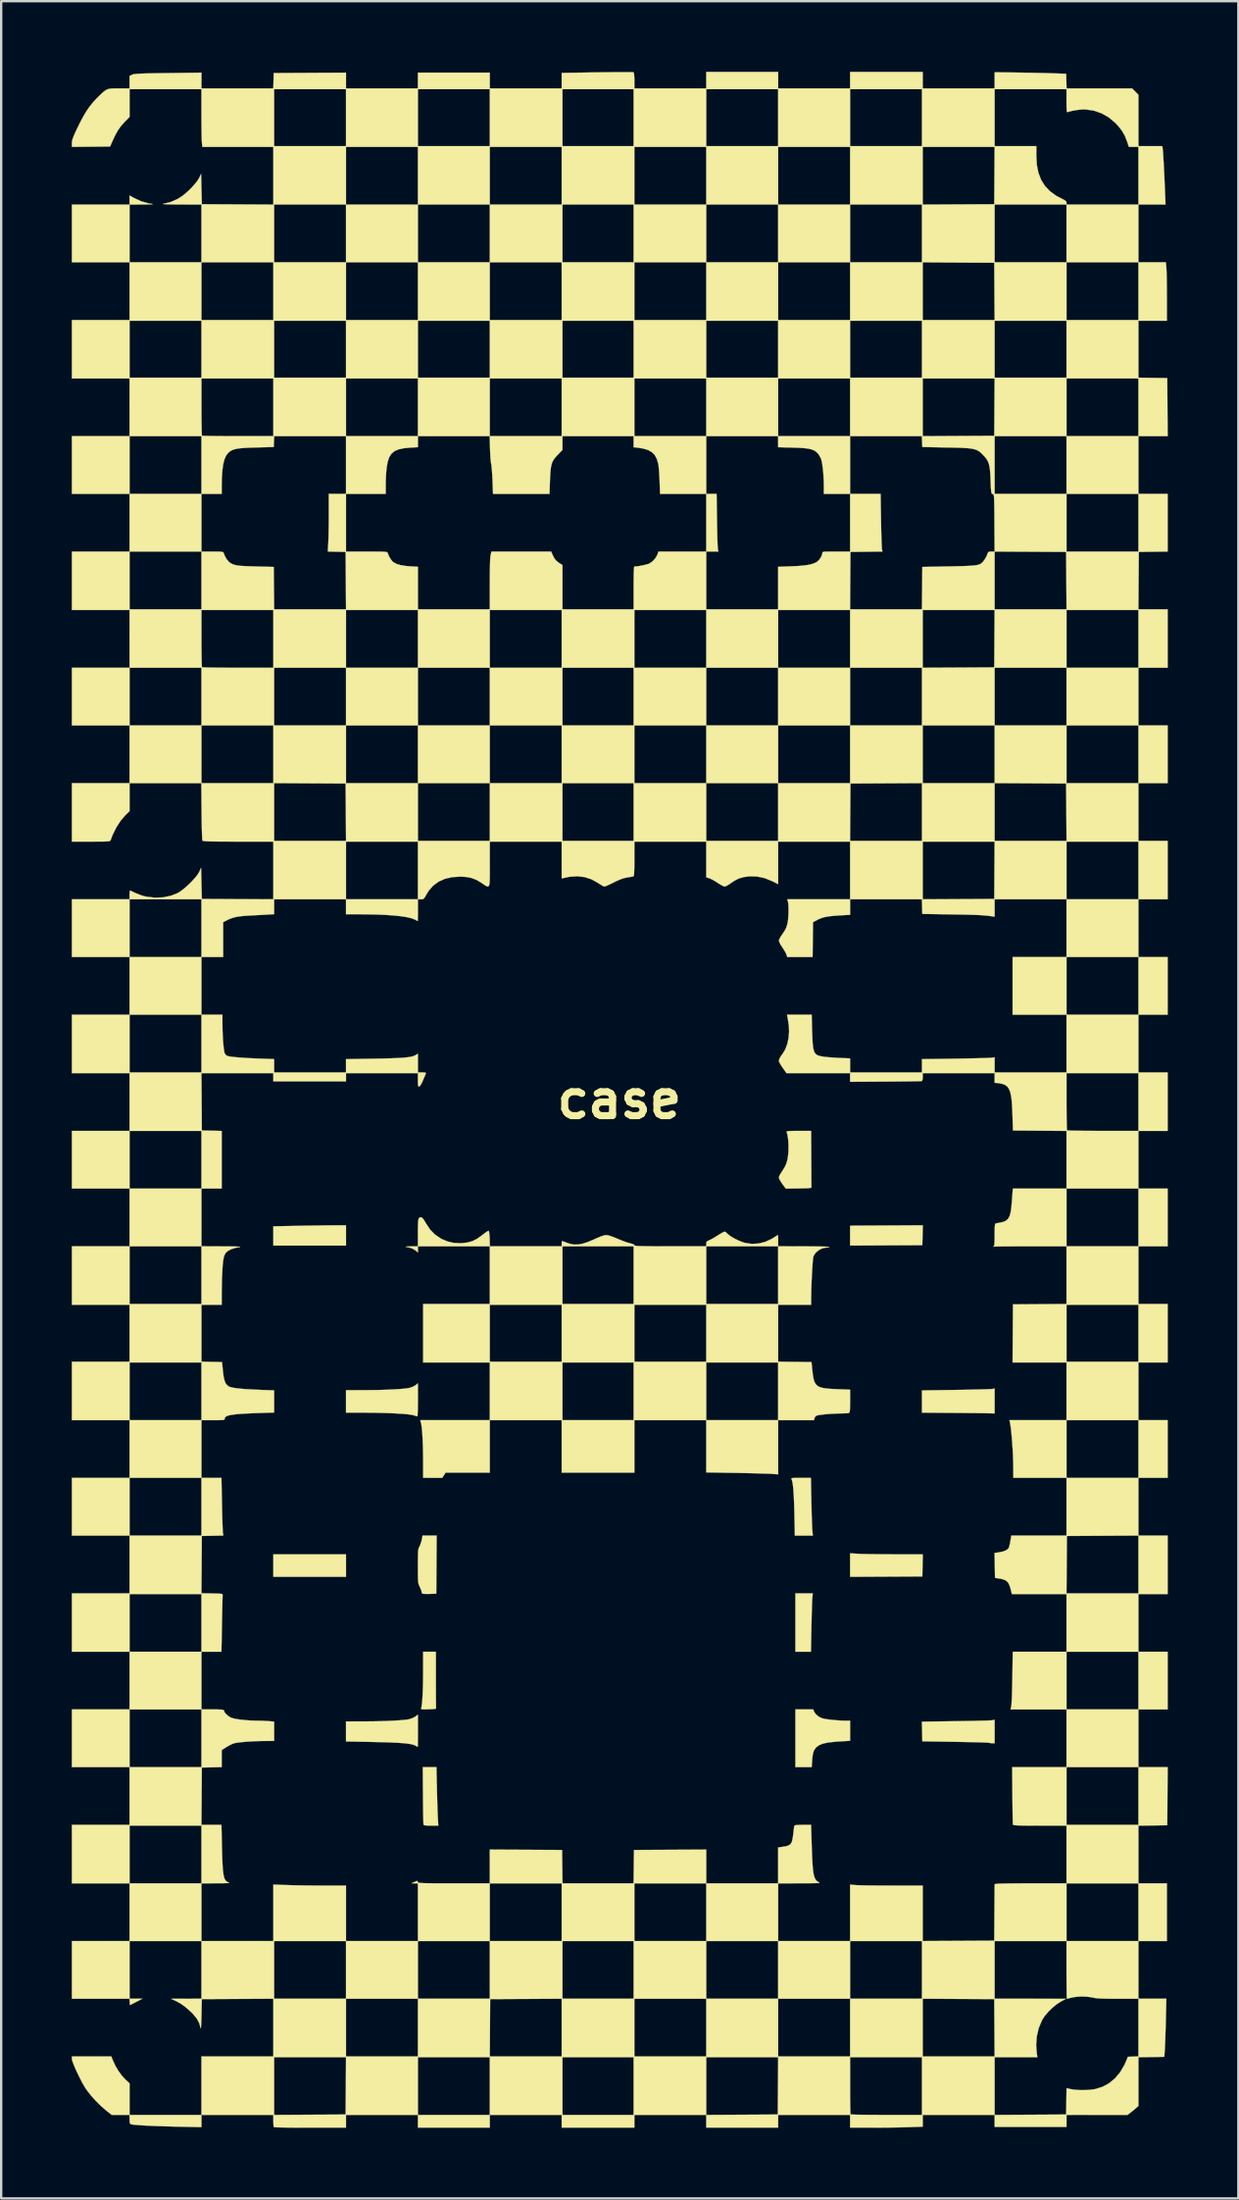
<source format=kicad_pcb>
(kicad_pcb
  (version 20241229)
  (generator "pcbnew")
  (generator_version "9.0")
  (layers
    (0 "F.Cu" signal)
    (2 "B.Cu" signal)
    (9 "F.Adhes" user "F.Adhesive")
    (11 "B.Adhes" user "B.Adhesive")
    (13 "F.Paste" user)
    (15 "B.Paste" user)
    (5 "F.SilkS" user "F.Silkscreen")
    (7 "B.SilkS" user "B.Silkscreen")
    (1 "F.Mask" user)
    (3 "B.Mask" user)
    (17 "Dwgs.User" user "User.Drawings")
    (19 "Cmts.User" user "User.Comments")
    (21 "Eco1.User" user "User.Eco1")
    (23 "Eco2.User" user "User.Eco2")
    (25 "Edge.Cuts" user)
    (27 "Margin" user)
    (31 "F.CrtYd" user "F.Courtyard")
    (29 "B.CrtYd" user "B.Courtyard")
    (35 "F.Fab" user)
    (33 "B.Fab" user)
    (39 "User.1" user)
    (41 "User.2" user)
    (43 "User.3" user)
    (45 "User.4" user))
  (footprint "case"
    (layer "F.Cu")
    (at 23.272 43.643)
    (property "Reference" "case" (at 0 0 0) (layer "F.SilkS") (effects (font (size 1.524 1.524) (thickness 0.3))))
    (attr through_hole)
    (fp_poly (pts (xy -20.817 -35.554) (xy -23.267 -35.554) (xy -23.267 -38.005) (xy -20.817 -38.005) (xy -20.817 -35.554)) (stroke (width 0.01) (type solid)) (fill yes) (layer "F.SilkS"))
    (fp_poly (pts (xy -11.618 20.275) (xy -14.705 20.275) (xy -14.705 19.321) (xy -11.618 19.321) (xy -11.618 20.275)) (stroke (width 0.01) (type solid)) (fill yes) (layer "F.SilkS"))
    (fp_poly (pts (xy -8.562 -35.554) (xy -11.618 -35.554) (xy -11.618 -38.005) (xy -8.562 -38.005) (xy -8.562 -35.554)) (stroke (width 0.01) (type solid)) (fill yes) (layer "F.SilkS"))
    (fp_poly (pts (xy -8.562 -15.883) (xy -11.618 -15.883) (xy -11.618 -18.334) (xy -8.562 -18.334) (xy -8.562 -15.883)) (stroke (width 0.01) (type solid)) (fill yes) (layer "F.SilkS"))
    (fp_poly (pts (xy -8.562 38.195) (xy -11.618 38.195) (xy -11.618 35.745) (xy -8.562 35.745) (xy -8.562 38.195)) (stroke (width 0.01) (type solid)) (fill yes) (layer "F.SilkS"))
    (fp_poly (pts (xy -5.507 -13.432) (xy -8.562 -13.432) (xy -8.562 -15.883) (xy -5.507 -15.883) (xy -5.507 -13.432)) (stroke (width 0.01) (type solid)) (fill yes) (layer "F.SilkS"))
    (fp_poly (pts (xy 6.748 -13.432) (xy 3.692 -13.432) (xy 3.692 -15.883) (xy 6.748 -15.883) (xy 6.748 -13.432)) (stroke (width 0.01) (type solid)) (fill yes) (layer "F.SilkS"))
    (fp_poly (pts (xy 6.748 35.745) (xy 3.692 35.745) (xy 3.692 33.294) (xy 6.748 33.294) (xy 6.748 35.745)) (stroke (width 0.01) (type solid)) (fill yes) (layer "F.SilkS"))
    (fp_poly (pts (xy 9.804 -35.554) (xy 6.748 -35.554) (xy 6.748 -38.005) (xy 9.804 -38.005) (xy 9.804 -35.554)) (stroke (width 0.01) (type solid)) (fill yes) (layer "F.SilkS"))
    (fp_poly (pts (xy 9.804 -15.883) (xy 6.748 -15.883) (xy 6.748 -18.334) (xy 9.804 -18.334) (xy 9.804 -15.883)) (stroke (width 0.01) (type solid)) (fill yes) (layer "F.SilkS"))
    (fp_poly (pts (xy 9.804 38.195) (xy 6.748 38.195) (xy 6.748 35.745) (xy 9.804 35.745) (xy 9.804 38.195)) (stroke (width 0.01) (type solid)) (fill yes) (layer "F.SilkS"))
    (fp_poly (pts (xy 19.002 -3.597) (xy 16.711 -3.597) (xy 16.711 -6.048) (xy 19.002 -6.048) (xy 19.002 -3.597)) (stroke (width 0.01) (type solid)) (fill yes) (layer "F.SilkS"))
    (fp_poly (pts (xy 23.267 35.745) (xy 22.058 35.745) (xy 22.058 33.294) (xy 23.267 33.294) (xy 23.267 35.745)) (stroke (width 0.01) (type solid)) (fill yes) (layer "F.SilkS"))
    (fp_poly (pts (xy 23.299 -13.432) (xy 22.058 -13.432) (xy 22.058 -15.883) (xy 23.299 -15.883) (xy 23.299 -13.432)) (stroke (width 0.01) (type solid)) (fill yes) (layer "F.SilkS"))
    (fp_poly (pts (xy 12.875 6.191) (xy 11.339 6.199) (xy 9.804 6.207) (xy 9.804 5.785) (xy 9.804 5.363) (xy 12.893 5.346) (xy 12.875 6.191)) (stroke (width 0.01) (type solid)) (fill yes) (layer "F.SilkS"))
    (fp_poly (pts (xy -20.817 38.195) (xy -20.272 38.195) (xy -20.536 38.331) (xy -20.801 38.466) (xy -20.81 38.331) (xy -20.82 38.195) (xy -23.267 38.195) (xy -23.267 35.745) (xy -20.817 35.745) (xy -20.817 38.195)) (stroke (width 0.01) (type solid)) (fill yes) (layer "F.SilkS"))
    (fp_poly (pts (xy -8.562 6.499) (xy -8.659 6.417) (xy -8.774 6.345) (xy -8.929 6.291) (xy -9.071 6.261) (xy -9.077 6.255) (xy -9.029 6.249) (xy -8.935 6.245) (xy -8.857 6.243) (xy -8.562 6.239) (xy -8.562 6.499)) (stroke (width 0.01) (type solid)) (fill yes) (layer "F.SilkS"))
    (fp_poly (pts (xy -20.618 -38.28) (xy -20.33 -38.146) (xy -20.037 -38.062) (xy -19.908 -38.04) (xy -19.85 -38.03) (xy -19.834 -38.022) (xy -19.863 -38.017) (xy -19.944 -38.013) (xy -20.079 -38.01) (xy -20.267 -38.008) (xy -20.817 -38.005) (xy -20.817 -38.39) (xy -20.618 -38.28)) (stroke (width 0.01) (type solid)) (fill yes) (layer "F.SilkS"))
    (fp_poly (pts (xy -11.618 6.207) (xy -14.705 6.207) (xy -14.705 5.39) (xy -13.583 5.368) (xy -13.3 5.363) (xy -13.016 5.359) (xy -12.745 5.355) (xy -12.497 5.351) (xy -12.283 5.349) (xy -12.114 5.348) (xy -12.04 5.347) (xy -11.618 5.347) (xy -11.618 6.207)) (stroke (width 0.01) (type solid)) (fill yes) (layer "F.SilkS"))
    (fp_poly (pts (xy 4.148 -24.58) (xy 4.152 -24.314) (xy 4.158 -24.065) (xy 4.163 -23.84) (xy 4.17 -23.649) (xy 4.176 -23.499) (xy 4.182 -23.398) (xy 4.187 -23.355) (xy 4.209 -23.267) (xy 3.692 -23.267) (xy 3.692 -25.718) (xy 4.131 -25.718) (xy 4.148 -24.58)) (stroke (width 0.01) (type solid)) (fill yes) (layer "F.SilkS"))
    (fp_poly (pts (xy 8.201 21.143) (xy 8.196 21.215) (xy 8.19 21.341) (xy 8.184 21.514) (xy 8.177 21.723) (xy 8.171 21.96) (xy 8.164 22.216) (xy 8.161 22.384) (xy 8.14 23.458) (xy 7.48 23.458) (xy 7.48 20.976) (xy 8.219 20.976) (xy 8.201 21.143)) (stroke (width 0.01) (type solid)) (fill yes) (layer "F.SilkS"))
    (fp_poly (pts (xy 10.19 19.3) (xy 10.315 19.305) (xy 10.493 19.309) (xy 10.713 19.313) (xy 10.966 19.316) (xy 11.239 19.319) (xy 11.523 19.32) (xy 11.735 19.321) (xy 12.893 19.321) (xy 12.875 20.26) (xy 9.804 20.276) (xy 9.804 19.279) (xy 10.19 19.3)) (stroke (width 0.01) (type solid)) (fill yes) (layer "F.SilkS"))
    (fp_poly (pts (xy 19.002 25.909) (xy 16.622 25.909) (xy 16.653 25.79) (xy 16.661 25.73) (xy 16.669 25.615) (xy 16.678 25.454) (xy 16.685 25.253) (xy 16.692 25.022) (xy 16.698 24.768) (xy 16.701 24.564) (xy 16.718 23.458) (xy 19.002 23.458) (xy 19.002 25.909)) (stroke (width 0.01) (type solid)) (fill yes) (layer "F.SilkS"))
    (fp_poly (pts (xy 19.002 16.074) (xy 16.742 16.074) (xy 16.742 15.7) (xy 16.739 15.457) (xy 16.73 15.192) (xy 16.717 14.916) (xy 16.699 14.64) (xy 16.679 14.376) (xy 16.656 14.135) (xy 16.633 13.927) (xy 16.608 13.765) (xy 16.594 13.695) (xy 16.576 13.623) (xy 19.002 13.623) (xy 19.002 16.074)) (stroke (width 0.01) (type solid)) (fill yes) (layer "F.SilkS"))
    (fp_poly (pts (xy -5.507 15.851) (xy -7.384 15.851) (xy -7.456 15.962) (xy -7.528 16.073) (xy -8.339 16.074) (xy -8.339 15.346) (xy -8.342 15.032) (xy -8.349 14.73) (xy -8.36 14.451) (xy -8.374 14.202) (xy -8.392 13.992) (xy -8.412 13.828) (xy -8.433 13.725) (xy -8.462 13.623) (xy -5.507 13.623) (xy -5.507 15.851)) (stroke (width 0.01) (type solid)) (fill yes) (layer "F.SilkS"))
    (fp_poly (pts (xy -20.817 -12.243) (xy -20.985 -12.079) (xy -21.193 -11.84) (xy -21.38 -11.551) (xy -21.54 -11.226) (xy -21.623 -11.005) (xy -21.633 -10.988) (xy -21.656 -10.975) (xy -21.698 -10.965) (xy -21.766 -10.958) (xy -21.87 -10.953) (xy -22.014 -10.951) (xy -22.208 -10.95) (xy -22.455 -10.949) (xy -23.267 -10.949) (xy -23.267 -13.432) (xy -20.817 -13.432) (xy -20.817 -12.243)) (stroke (width 0.01) (type solid)) (fill yes) (layer "F.SilkS"))
    (fp_poly (pts (xy -17.761 43.648) (xy -18.819 43.626) (xy -19.183 43.617) (xy -19.524 43.606) (xy -19.835 43.595) (xy -20.112 43.582) (xy -20.348 43.568) (xy -20.538 43.554) (xy -20.676 43.539) (xy -20.757 43.525) (xy -20.761 43.524) (xy -20.793 43.501) (xy -20.81 43.449) (xy -20.816 43.351) (xy -20.817 43.318) (xy -20.817 43.129) (xy -17.761 43.129) (xy -17.761 43.648)) (stroke (width 0.01) (type solid)) (fill yes) (layer "F.SilkS"))
    (fp_poly (pts (xy -8.562 -27.701) (xy -8.888 -27.682) (xy -9.164 -27.656) (xy -9.384 -27.608) (xy -9.556 -27.533) (xy -9.685 -27.424) (xy -9.78 -27.276) (xy -9.846 -27.082) (xy -9.89 -26.835) (xy -9.9 -26.747) (xy -9.913 -26.593) (xy -9.923 -26.403) (xy -9.929 -26.207) (xy -9.93 -26.092) (xy -9.931 -25.718) (xy -11.618 -25.718) (xy -11.618 -28.169) (xy -8.562 -28.169) (xy -8.562 -27.701)) (stroke (width 0.01) (type solid)) (fill yes) (layer "F.SilkS"))
    (fp_poly (pts (xy -8.562 -8.037) (xy -8.563 -7.874) (xy -8.564 -7.736) (xy -8.566 -7.635) (xy -8.569 -7.582) (xy -8.57 -7.577) (xy -8.6 -7.591) (xy -8.666 -7.625) (xy -8.691 -7.638) (xy -8.832 -7.693) (xy -9.034 -7.74) (xy -9.293 -7.781) (xy -9.605 -7.813) (xy -9.969 -7.838) (xy -10.381 -7.854) (xy -10.838 -7.861) (xy -10.989 -7.862) (xy -11.618 -7.862) (xy -11.618 -8.498) (xy -8.562 -8.498) (xy -8.562 -8.037)) (stroke (width 0.01) (type solid)) (fill yes) (layer "F.SilkS"))
    (fp_poly (pts (xy 15.947 13.337) (xy 15.62 13.329) (xy 15.513 13.327) (xy 15.351 13.325) (xy 15.145 13.322) (xy 14.904 13.32) (xy 14.638 13.317) (xy 14.356 13.315) (xy 14.077 13.313) (xy 12.859 13.304) (xy 12.859 12.36) (xy 14.299 12.338) (xy 14.6 12.333) (xy 14.884 12.328) (xy 15.144 12.322) (xy 15.373 12.317) (xy 15.565 12.311) (xy 15.713 12.306) (xy 15.809 12.301) (xy 15.843 12.298) (xy 15.947 12.279) (xy 15.947 13.337)) (stroke (width 0.01) (type solid)) (fill yes) (layer "F.SilkS"))
    (fp_poly (pts (xy -8.572 33.214) (xy -8.568 33.235) (xy -8.563 33.249) (xy -8.55 33.26) (xy -8.524 33.269) (xy -8.478 33.277) (xy -8.409 33.282) (xy -8.31 33.287) (xy -8.176 33.29) (xy -8.002 33.292) (xy -7.783 33.293) (xy -7.513 33.294) (xy -7.187 33.294) (xy -7.032 33.294) (xy -5.507 33.294) (xy -5.507 35.745) (xy -8.562 35.745) (xy -8.562 33.294) (xy -8.833 33.292) (xy -8.705 33.235) (xy -8.626 33.201) (xy -8.588 33.194) (xy -8.572 33.214)) (stroke (width 0.01) (type solid)) (fill yes) (layer "F.SilkS"))
    (fp_poly (pts (xy 9.804 -25.718) (xy 8.689 -25.718) (xy 8.689 -26.06) (xy 8.683 -26.318) (xy 8.669 -26.569) (xy 8.647 -26.802) (xy 8.619 -27.002) (xy 8.586 -27.157) (xy 8.575 -27.192) (xy 8.52 -27.31) (xy 8.445 -27.422) (xy 8.416 -27.454) (xy 8.34 -27.52) (xy 8.255 -27.572) (xy 8.15 -27.611) (xy 8.018 -27.64) (xy 7.849 -27.66) (xy 7.634 -27.674) (xy 7.365 -27.683) (xy 7.361 -27.684) (xy 6.748 -27.699) (xy 6.748 -28.169) (xy 9.804 -28.169) (xy 9.804 -25.718)) (stroke (width 0.01) (type solid)) (fill yes) (layer "F.SilkS"))
    (fp_poly (pts (xy -7.775 28.36) (xy -7.754 29.291) (xy -7.748 29.547) (xy -7.741 29.799) (xy -7.734 30.035) (xy -7.727 30.243) (xy -7.72 30.411) (xy -7.714 30.528) (xy -7.714 30.533) (xy -7.695 30.843) (xy -8.002 30.843) (xy -8.162 30.84) (xy -8.265 30.83) (xy -8.316 30.813) (xy -8.323 30.803) (xy -8.326 30.763) (xy -8.33 30.667) (xy -8.333 30.522) (xy -8.337 30.334) (xy -8.34 30.112) (xy -8.343 29.863) (xy -8.346 29.593) (xy -8.346 29.562) (xy -8.355 28.36) (xy -7.775 28.36)) (stroke (width 0.01) (type solid)) (fill yes) (layer "F.SilkS"))
    (fp_poly (pts (xy -21.518 40.829) (xy -21.412 41.056) (xy -21.278 41.279) (xy -21.131 41.478) (xy -20.991 41.628) (xy -20.817 41.788) (xy -20.817 43.129) (xy -21.576 43.129) (xy -21.809 42.944) (xy -22.028 42.754) (xy -22.25 42.534) (xy -22.458 42.302) (xy -22.633 42.078) (xy -22.677 42.015) (xy -22.754 41.89) (xy -22.841 41.734) (xy -22.931 41.559) (xy -23.021 41.376) (xy -23.104 41.197) (xy -23.175 41.031) (xy -23.229 40.892) (xy -23.261 40.79) (xy -23.267 40.75) (xy -23.267 40.646) (xy -21.592 40.646) (xy -21.518 40.829)) (stroke (width 0.01) (type solid)) (fill yes) (layer "F.SilkS"))
    (fp_poly (pts (xy 8.159 17.103) (xy 8.165 17.363) (xy 8.171 17.612) (xy 8.178 17.839) (xy 8.185 18.035) (xy 8.192 18.192) (xy 8.198 18.299) (xy 8.201 18.329) (xy 8.221 18.525) (xy 7.458 18.525) (xy 7.438 17.594) (xy 7.428 17.212) (xy 7.415 16.891) (xy 7.399 16.628) (xy 7.38 16.421) (xy 7.357 16.267) (xy 7.331 16.164) (xy 7.317 16.131) (xy 7.309 16.108) (xy 7.319 16.092) (xy 7.357 16.082) (xy 7.431 16.077) (xy 7.552 16.074) (xy 7.712 16.074) (xy 8.138 16.074) (xy 8.159 17.103)) (stroke (width 0.01) (type solid)) (fill yes) (layer "F.SilkS"))
    (fp_poly (pts (xy 15.947 27.342) (xy 15.841 27.342) (xy 15.763 27.337) (xy 15.718 27.325) (xy 15.717 27.324) (xy 15.682 27.32) (xy 15.59 27.315) (xy 15.448 27.31) (xy 15.262 27.304) (xy 15.038 27.298) (xy 14.782 27.293) (xy 14.502 27.288) (xy 14.287 27.284) (xy 12.875 27.262) (xy 12.866 26.845) (xy 12.857 26.428) (xy 14.314 26.408) (xy 14.616 26.403) (xy 14.9 26.398) (xy 15.16 26.393) (xy 15.39 26.387) (xy 15.581 26.382) (xy 15.728 26.376) (xy 15.824 26.371) (xy 15.859 26.368) (xy 15.947 26.347) (xy 15.947 27.342)) (stroke (width 0.01) (type solid)) (fill yes) (layer "F.SilkS"))
    (fp_poly (pts (xy -7.798 24.652) (xy -7.798 24.922) (xy -7.797 25.171) (xy -7.797 25.394) (xy -7.795 25.582) (xy -7.794 25.729) (xy -7.792 25.827) (xy -7.79 25.869) (xy -7.79 25.869) (xy -7.816 25.88) (xy -7.893 25.89) (xy -8.008 25.898) (xy -8.111 25.902) (xy -8.258 25.906) (xy -8.352 25.905) (xy -8.404 25.898) (xy -8.424 25.883) (xy -8.423 25.859) (xy -8.421 25.853) (xy -8.401 25.753) (xy -8.382 25.597) (xy -8.367 25.389) (xy -8.355 25.136) (xy -8.346 24.845) (xy -8.341 24.522) (xy -8.34 24.31) (xy -8.339 23.458) (xy -7.798 23.458) (xy -7.798 24.652)) (stroke (width 0.01) (type solid)) (fill yes) (layer "F.SilkS"))
    (fp_poly (pts (xy 22.058 38.195) (xy 21.184 38.195) (xy 20.898 38.195) (xy 20.668 38.192) (xy 20.486 38.187) (xy 20.345 38.179) (xy 20.237 38.168) (xy 20.154 38.154) (xy 20.127 38.148) (xy 20.004 38.125) (xy 19.849 38.108) (xy 19.691 38.1) (xy 19.671 38.1) (xy 19.516 38.106) (xy 19.358 38.122) (xy 19.228 38.144) (xy 19.214 38.148) (xy 19.114 38.173) (xy 19.042 38.191) (xy 19.017 38.195) (xy 19.013 38.165) (xy 19.01 38.077) (xy 19.008 37.94) (xy 19.006 37.759) (xy 19.004 37.543) (xy 19.003 37.297) (xy 19.002 37.028) (xy 19.002 36.97) (xy 19.002 35.745) (xy 22.058 35.745) (xy 22.058 38.195)) (stroke (width 0.01) (type solid)) (fill yes) (layer "F.SilkS"))
    (fp_poly (pts (xy 8.276 26.007) (xy 8.352 26.118) (xy 8.473 26.216) (xy 8.622 26.286) (xy 8.627 26.287) (xy 8.722 26.309) (xy 8.865 26.331) (xy 9.038 26.352) (xy 9.225 26.369) (xy 9.409 26.381) (xy 9.575 26.386) (xy 9.589 26.386) (xy 9.804 26.387) (xy 9.804 27.24) (xy 9.461 27.26) (xy 9.171 27.28) (xy 8.937 27.305) (xy 8.75 27.337) (xy 8.603 27.377) (xy 8.488 27.429) (xy 8.396 27.492) (xy 8.349 27.537) (xy 8.289 27.617) (xy 8.246 27.712) (xy 8.216 27.837) (xy 8.196 28.006) (xy 8.191 28.077) (xy 8.171 28.36) (xy 7.48 28.36) (xy 7.48 25.909) (xy 8.236 25.909) (xy 8.276 26.007)) (stroke (width 0.01) (type solid)) (fill yes) (layer "F.SilkS"))
    (fp_poly (pts (xy -8.562 12.762) (xy -8.563 12.965) (xy -8.566 13.145) (xy -8.571 13.293) (xy -8.576 13.399) (xy -8.583 13.455) (xy -8.586 13.461) (xy -8.628 13.45) (xy -8.708 13.427) (xy -8.753 13.413) (xy -8.855 13.391) (xy -9.014 13.371) (xy -9.223 13.353) (xy -9.475 13.337) (xy -9.763 13.324) (xy -10.082 13.315) (xy -10.422 13.308) (xy -10.779 13.305) (xy -10.814 13.305) (xy -11.618 13.305) (xy -11.618 12.35) (xy -10.862 12.349) (xy -10.521 12.346) (xy -10.191 12.34) (xy -9.88 12.33) (xy -9.597 12.318) (xy -9.348 12.302) (xy -9.143 12.285) (xy -8.989 12.266) (xy -8.929 12.255) (xy -8.811 12.216) (xy -8.7 12.162) (xy -8.666 12.14) (xy -8.562 12.06) (xy -8.562 12.762)) (stroke (width 0.01) (type solid)) (fill yes) (layer "F.SilkS"))
    (fp_poly (pts (xy -8.562 26.815) (xy -8.563 27.016) (xy -8.563 27.193) (xy -8.565 27.338) (xy -8.567 27.44) (xy -8.569 27.492) (xy -8.57 27.497) (xy -8.601 27.481) (xy -8.667 27.446) (xy -8.689 27.435) (xy -8.764 27.406) (xy -8.869 27.38) (xy -9.011 27.359) (xy -9.193 27.34) (xy -9.42 27.324) (xy -9.696 27.311) (xy -10.026 27.3) (xy -10.414 27.291) (xy -10.544 27.288) (xy -11.618 27.268) (xy -11.618 26.419) (xy -10.862 26.417) (xy -10.521 26.415) (xy -10.191 26.409) (xy -9.88 26.399) (xy -9.597 26.386) (xy -9.348 26.371) (xy -9.143 26.354) (xy -8.989 26.335) (xy -8.929 26.323) (xy -8.811 26.285) (xy -8.7 26.231) (xy -8.666 26.208) (xy -8.562 26.129) (xy -8.562 26.815)) (stroke (width 0.01) (type solid)) (fill yes) (layer "F.SilkS"))
    (fp_poly (pts (xy -7.774 19.758) (xy -7.782 20.992) (xy -8.07 21.001) (xy -8.2 21.002) (xy -8.305 20.999) (xy -8.369 20.992) (xy -8.381 20.987) (xy -8.4 20.939) (xy -8.403 20.912) (xy -8.417 20.855) (xy -8.452 20.766) (xy -8.482 20.703) (xy -8.508 20.65) (xy -8.527 20.601) (xy -8.541 20.545) (xy -8.551 20.473) (xy -8.557 20.376) (xy -8.56 20.244) (xy -8.562 20.068) (xy -8.562 19.839) (xy -8.562 19.823) (xy -8.562 19.587) (xy -8.56 19.407) (xy -8.557 19.272) (xy -8.551 19.175) (xy -8.541 19.105) (xy -8.528 19.055) (xy -8.51 19.015) (xy -8.499 18.995) (xy -8.456 18.903) (xy -8.417 18.782) (xy -8.399 18.708) (xy -8.363 18.525) (xy -7.766 18.525) (xy -7.774 19.758)) (stroke (width 0.01) (type solid)) (fill yes) (layer "F.SilkS"))
    (fp_poly (pts (xy 9.804 -7.84) (xy 9.414 -7.818) (xy 9.149 -7.8) (xy 8.936 -7.778) (xy 8.764 -7.751) (xy 8.622 -7.714) (xy 8.498 -7.667) (xy 8.42 -7.629) (xy 8.228 -7.528) (xy 8.219 -6.788) (xy 8.211 -6.048) (xy 7.135 -6.048) (xy 7.1 -6.154) (xy 7.064 -6.233) (xy 7.002 -6.34) (xy 6.928 -6.454) (xy 6.922 -6.463) (xy 6.853 -6.57) (xy 6.803 -6.668) (xy 6.78 -6.737) (xy 6.78 -6.743) (xy 6.798 -6.808) (xy 6.847 -6.901) (xy 6.912 -6.997) (xy 7.016 -7.147) (xy 7.089 -7.29) (xy 7.139 -7.443) (xy 7.169 -7.622) (xy 7.185 -7.846) (xy 7.186 -7.878) (xy 7.189 -8.046) (xy 7.186 -8.198) (xy 7.178 -8.318) (xy 7.168 -8.38) (xy 7.135 -8.498) (xy 9.804 -8.498) (xy 9.804 -7.84)) (stroke (width 0.01) (type solid)) (fill yes) (layer "F.SilkS"))
    (fp_poly (pts (xy 19.002 6.239) (xy 17.51 6.239) (xy 17.205 6.239) (xy 16.917 6.24) (xy 16.653 6.241) (xy 16.419 6.242) (xy 16.223 6.244) (xy 16.07 6.246) (xy 15.969 6.248) (xy 15.927 6.25) (xy 15.88 6.254) (xy 15.887 6.249) (xy 15.891 6.248) (xy 15.913 6.237) (xy 15.928 6.21) (xy 15.938 6.157) (xy 15.943 6.069) (xy 15.946 5.936) (xy 15.947 5.758) (xy 15.948 5.56) (xy 15.953 5.419) (xy 15.962 5.329) (xy 15.975 5.281) (xy 15.986 5.271) (xy 16.037 5.26) (xy 16.129 5.241) (xy 16.217 5.225) (xy 16.349 5.192) (xy 16.44 5.144) (xy 16.494 5.095) (xy 16.543 5.032) (xy 16.582 4.959) (xy 16.612 4.866) (xy 16.637 4.744) (xy 16.658 4.581) (xy 16.677 4.368) (xy 16.685 4.273) (xy 16.722 3.788) (xy 19.002 3.788) (xy 19.002 6.239)) (stroke (width 0.01) (type solid)) (fill yes) (layer "F.SilkS"))
    (fp_poly (pts (xy 8.154 2.483) (xy 8.155 2.749) (xy 8.157 2.998) (xy 8.158 3.221) (xy 8.159 3.41) (xy 8.16 3.559) (xy 8.161 3.658) (xy 8.162 3.7) (xy 8.161 3.726) (xy 8.151 3.745) (xy 8.122 3.758) (xy 8.067 3.767) (xy 7.975 3.773) (xy 7.839 3.777) (xy 7.649 3.78) (xy 7.619 3.78) (xy 7.074 3.789) (xy 6.927 3.592) (xy 6.856 3.486) (xy 6.803 3.391) (xy 6.78 3.324) (xy 6.78 3.318) (xy 6.798 3.254) (xy 6.845 3.16) (xy 6.906 3.065) (xy 7.019 2.889) (xy 7.098 2.718) (xy 7.149 2.531) (xy 7.178 2.311) (xy 7.186 2.172) (xy 7.188 1.93) (xy 7.174 1.705) (xy 7.145 1.513) (xy 7.108 1.381) (xy 7.111 1.365) (xy 7.14 1.353) (xy 7.203 1.344) (xy 7.307 1.34) (xy 7.461 1.337) (xy 7.62 1.337) (xy 8.148 1.337) (xy 8.154 2.483)) (stroke (width 0.01) (type solid)) (fill yes) (layer "F.SilkS"))
    (fp_poly (pts (xy 23.221 39.158) (xy 23.214 39.415) (xy 23.206 39.665) (xy 23.199 39.897) (xy 23.191 40.101) (xy 23.184 40.264) (xy 23.178 40.377) (xy 23.177 40.392) (xy 23.156 40.662) (xy 22.058 40.68) (xy 22.058 42.749) (xy 21.941 42.852) (xy 21.841 42.936) (xy 21.736 43.021) (xy 21.711 43.041) (xy 21.596 43.127) (xy 20.299 43.128) (xy 19.002 43.129) (xy 19.002 43.638) (xy 15.947 43.638) (xy 15.947 43.13) (xy 18.986 43.113) (xy 18.995 42.553) (xy 19.004 41.992) (xy 19.186 42.035) (xy 19.352 42.061) (xy 19.558 42.074) (xy 19.781 42.075) (xy 20 42.062) (xy 20.193 42.037) (xy 20.228 42.031) (xy 20.535 41.934) (xy 20.814 41.782) (xy 21.064 41.576) (xy 21.28 41.318) (xy 21.46 41.012) (xy 21.534 40.847) (xy 21.609 40.662) (xy 22.058 40.644) (xy 22.058 38.195) (xy 23.244 38.195) (xy 23.221 39.158)) (stroke (width 0.01) (type solid)) (fill yes) (layer "F.SilkS"))
    (fp_poly (pts (xy 8.15 30.93) (xy 8.151 30.994) (xy 8.155 31.112) (xy 8.16 31.273) (xy 8.166 31.467) (xy 8.173 31.686) (xy 8.179 31.877) (xy 8.192 32.202) (xy 8.206 32.468) (xy 8.224 32.684) (xy 8.246 32.854) (xy 8.274 32.986) (xy 8.31 33.085) (xy 8.354 33.157) (xy 8.409 33.209) (xy 8.475 33.246) (xy 8.481 33.249) (xy 8.502 33.261) (xy 8.499 33.271) (xy 8.467 33.279) (xy 8.398 33.284) (xy 8.289 33.288) (xy 8.133 33.29) (xy 7.924 33.292) (xy 7.663 33.292) (xy 6.748 33.294) (xy 6.748 31.77) (xy 6.899 31.749) (xy 7.067 31.722) (xy 7.187 31.686) (xy 7.269 31.632) (xy 7.323 31.549) (xy 7.357 31.426) (xy 7.383 31.252) (xy 7.388 31.209) (xy 7.404 31.07) (xy 7.419 30.953) (xy 7.43 30.874) (xy 7.435 30.851) (xy 7.462 30.832) (xy 7.533 30.819) (xy 7.656 30.813) (xy 7.797 30.811) (xy 8.148 30.811) (xy 8.15 30.93)) (stroke (width 0.01) (type solid)) (fill yes) (layer "F.SilkS"))
    (fp_poly (pts (xy -5.507 11.172) (xy -2.419 11.172) (xy -2.419 13.623) (xy 0.605 13.623) (xy 0.605 11.172) (xy 3.692 11.172) (xy 3.692 13.623) (xy 6.748 13.623) (xy 6.748 11.172) (xy 3.692 11.172) (xy 0.605 11.172) (xy -2.419 11.172) (xy -5.507 11.172) (xy -8.339 11.172) (xy -8.339 8.721) (xy -5.507 8.721) (xy -5.507 11.14) (xy -2.451 11.14) (xy -2.451 8.721) (xy 0.637 8.721) (xy 0.637 11.14) (xy 3.692 11.14) (xy 3.692 8.721) (xy 0.637 8.721) (xy -2.451 8.721) (xy -5.507 8.721) (xy -8.339 8.721) (xy -8.339 8.689) (xy -5.507 8.689) (xy -5.507 6.239) (xy -8.562 6.239) (xy -8.562 5.672) (xy -8.561 5.446) (xy -8.556 5.278) (xy -8.548 5.16) (xy -8.535 5.084) (xy -8.52 5.048) (xy -8.466 5.002) (xy -8.406 5.011) (xy -8.337 5.076) (xy -8.256 5.2) (xy -8.228 5.251) (xy -8.05 5.521) (xy -7.833 5.743) (xy -7.58 5.913) (xy -7.547 5.93) (xy -7.304 6.033) (xy -7.066 6.09) (xy -6.809 6.107) (xy -6.686 6.104) (xy -6.45 6.077) (xy -6.246 6.02) (xy -6.054 5.924) (xy -5.854 5.782) (xy -5.827 5.761) (xy -5.722 5.679) (xy -5.633 5.617) (xy -5.573 5.583) (xy -5.557 5.58) (xy -5.54 5.616) (xy -5.526 5.707) (xy -5.516 5.842) (xy -5.513 5.915) (xy -5.504 6.239) (xy -2.451 6.239) (xy -2.419 6.239) (xy -2.419 8.689) (xy 0.605 8.689) (xy 3.692 8.689) (xy 6.748 8.689) (xy 6.748 6.239) (xy 3.692 6.239) (xy 3.692 8.689) (xy 0.605 8.689) (xy 0.605 6.239) (xy -2.419 6.239) (xy -2.451 6.239) (xy -2.451 6.127) (xy -2.447 6.054) (xy -2.438 6.017) (xy -2.436 6.016) (xy -2.401 6.027) (xy -2.325 6.054) (xy -2.258 6.08) (xy -2.085 6.138) (xy -1.919 6.166) (xy -1.751 6.164) (xy -1.567 6.13) (xy -1.358 6.063) (xy -1.112 5.961) (xy -1.016 5.917) (xy -0.827 5.836) (xy -0.675 5.783) (xy -0.57 5.761) (xy -0.559 5.761) (xy -0.467 5.776) (xy -0.331 5.819) (xy -0.159 5.885) (xy -0.084 5.917) (xy 0.075 5.983) (xy 0.232 6.043) (xy 0.369 6.088) (xy 0.454 6.11) (xy 0.572 6.142) (xy 0.631 6.177) (xy 0.637 6.193) (xy 0.644 6.204) (xy 0.67 6.213) (xy 0.719 6.22) (xy 0.796 6.226) (xy 0.906 6.23) (xy 1.055 6.234) (xy 1.247 6.236) (xy 1.487 6.238) (xy 1.781 6.238) (xy 2.133 6.239) (xy 2.164 6.239) (xy 3.692 6.239) (xy 3.692 6.134) (xy 3.701 6.058) (xy 3.741 6.015) (xy 3.8 5.99) (xy 3.882 5.952) (xy 3.992 5.892) (xy 4.101 5.825) (xy 4.213 5.755) (xy 4.319 5.691) (xy 4.392 5.65) (xy 4.453 5.622) (xy 4.497 5.623) (xy 4.546 5.659) (xy 4.593 5.705) (xy 4.712 5.801) (xy 4.872 5.899) (xy 5.056 5.99) (xy 5.243 6.065) (xy 5.347 6.096) (xy 5.628 6.137) (xy 5.918 6.121) (xy 6.204 6.049) (xy 6.475 5.923) (xy 6.561 5.87) (xy 6.648 5.813) (xy 6.711 5.773) (xy 6.735 5.761) (xy 6.741 5.79) (xy 6.746 5.868) (xy 6.748 5.978) (xy 6.748 6) (xy 6.748 6.239) (xy 7.918 6.242) (xy 8.239 6.244) (xy 8.498 6.247) (xy 8.695 6.25) (xy 8.831 6.255) (xy 8.908 6.261) (xy 8.925 6.268) (xy 8.898 6.274) (xy 8.773 6.296) (xy 8.657 6.321) (xy 8.601 6.337) (xy 8.466 6.406) (xy 8.347 6.509) (xy 8.263 6.628) (xy 8.243 6.679) (xy 8.232 6.744) (xy 8.219 6.863) (xy 8.207 7.026) (xy 8.194 7.221) (xy 8.182 7.44) (xy 8.171 7.672) (xy 8.162 7.906) (xy 8.155 8.133) (xy 8.151 8.342) (xy 8.15 8.443) (xy 8.148 8.721) (xy 6.748 8.721) (xy 6.748 11.139) (xy 7.456 11.148) (xy 8.164 11.156) (xy 8.19 11.427) (xy 8.216 11.659) (xy 8.245 11.845) (xy 8.287 11.989) (xy 8.348 12.098) (xy 8.434 12.177) (xy 8.553 12.231) (xy 8.712 12.267) (xy 8.918 12.289) (xy 9.177 12.304) (xy 9.302 12.309) (xy 9.804 12.328) (xy 9.804 12.813) (xy 9.803 13.002) (xy 9.799 13.137) (xy 9.793 13.227) (xy 9.782 13.281) (xy 9.767 13.309) (xy 9.753 13.317) (xy 9.7 13.326) (xy 9.601 13.332) (xy 9.473 13.336) (xy 9.411 13.337) (xy 9.241 13.34) (xy 9.056 13.349) (xy 8.87 13.362) (xy 8.694 13.378) (xy 8.543 13.397) (xy 8.43 13.416) (xy 8.368 13.434) (xy 8.314 13.488) (xy 8.289 13.544) (xy 8.269 13.623) (xy 6.748 13.623) (xy 6.748 15.924) (xy 6.485 15.904) (xy 6.394 15.899) (xy 6.249 15.894) (xy 6.057 15.888) (xy 5.827 15.881) (xy 5.569 15.875) (xy 5.292 15.869) (xy 5.003 15.863) (xy 4.957 15.863) (xy 3.692 15.841) (xy 3.692 13.623) (xy 0.637 13.623) (xy 0.637 15.851) (xy -2.451 15.851) (xy -2.451 13.623) (xy -5.507 13.623) (xy -5.507 11.172)) (stroke (width 0.01) (type solid)) (fill yes) (layer "F.SilkS"))
    (fp_poly (pts (xy 23.299 -25.718) (xy 23.299 -23.269) (xy 22.074 -23.252) (xy 22.057 -20.817) (xy 23.299 -20.817) (xy 23.299 -18.334) (xy 22.058 -18.334) (xy 22.058 -15.883) (xy 19.002 -15.883) (xy 19.002 -13.432) (xy 22.058 -13.432) (xy 22.058 -10.981) (xy 23.299 -10.981) (xy 23.299 -8.498) (xy 22.058 -8.498) (xy 22.058 -6.048) (xy 23.299 -6.048) (xy 23.299 -3.597) (xy 22.058 -3.597) (xy 22.058 -1.146) (xy 23.299 -1.146) (xy 23.299 1.337) (xy 22.058 1.337) (xy 22.058 3.788) (xy 23.299 3.788) (xy 23.299 6.239) (xy 22.058 6.239) (xy 22.058 8.689) (xy 23.299 8.689) (xy 23.299 11.172) (xy 22.058 11.172) (xy 22.058 13.623) (xy 23.299 13.623) (xy 23.299 16.074) (xy 22.058 16.074) (xy 22.058 18.524) (xy 20.538 18.532) (xy 19.018 18.541) (xy 19.01 19.758) (xy 19.001 20.976) (xy 22.058 20.976) (xy 22.058 18.525) (xy 23.299 18.525) (xy 23.299 21.008) (xy 22.058 21.008) (xy 22.058 23.458) (xy 23.299 23.458) (xy 23.299 25.909) (xy 22.058 25.909) (xy 22.058 28.36) (xy 23.3 28.36) (xy 23.292 29.594) (xy 23.283 30.827) (xy 22.671 30.836) (xy 22.058 30.844) (xy 22.058 33.294) (xy 19.002 33.294) (xy 19.002 35.745) (xy 15.947 35.745) (xy 15.947 38.195) (xy 18.986 38.197) (xy 18.764 38.314) (xy 18.586 38.427) (xy 18.4 38.579) (xy 18.223 38.754) (xy 18.072 38.934) (xy 17.963 39.103) (xy 17.823 39.435) (xy 17.739 39.792) (xy 17.711 40.164) (xy 17.738 40.511) (xy 17.763 40.678) (xy 15.947 40.678) (xy 15.947 43.129) (xy 12.891 43.129) (xy 12.891 43.628) (xy 12.313 43.649) (xy 12.124 43.655) (xy 11.886 43.66) (xy 11.615 43.664) (xy 11.327 43.667) (xy 11.036 43.669) (xy 10.769 43.67) (xy 9.804 43.67) (xy 9.804 43.129) (xy 6.748 43.129) (xy 6.748 43.67) (xy 3.692 43.67) (xy 3.692 43.13) (xy 6.732 43.113) (xy 6.74 41.896) (xy 6.749 40.678) (xy 9.804 40.678) (xy 9.804 41.882) (xy 9.804 42.153) (xy 9.806 42.404) (xy 9.808 42.627) (xy 9.811 42.816) (xy 9.815 42.964) (xy 9.819 43.063) (xy 9.824 43.107) (xy 9.825 43.108) (xy 9.86 43.112) (xy 9.952 43.116) (xy 10.096 43.12) (xy 10.284 43.123) (xy 10.511 43.125) (xy 10.77 43.127) (xy 11.054 43.129) (xy 11.353 43.129) (xy 12.859 43.129) (xy 12.859 40.678) (xy 9.804 40.678) (xy 6.749 40.678) (xy 3.692 40.678) (xy 3.692 43.129) (xy 0.637 43.129) (xy 0.637 43.67) (xy -2.451 43.67) (xy -2.451 43.129) (xy -5.507 43.129) (xy -5.507 43.67) (xy -8.562 43.67) (xy -8.562 43.129) (xy -11.618 43.129) (xy -11.618 43.67) (xy -13.14 43.67) (xy -13.446 43.67) (xy -13.732 43.669) (xy -13.992 43.667) (xy -14.219 43.664) (xy -14.409 43.661) (xy -14.554 43.657) (xy -14.647 43.653) (xy -14.684 43.649) (xy -14.684 43.649) (xy -14.694 43.609) (xy -14.702 43.523) (xy -14.705 43.406) (xy -14.705 43.378) (xy -14.705 43.129) (xy -17.761 43.129) (xy -17.761 40.678) (xy -14.673 40.678) (xy -14.673 43.13) (xy -13.154 43.121) (xy -11.634 43.113) (xy -11.625 41.896) (xy -11.617 40.678) (xy -8.562 40.678) (xy -8.562 43.129) (xy -5.507 43.129) (xy -5.507 40.678) (xy -2.419 40.678) (xy -2.419 43.129) (xy 0.605 43.129) (xy 0.605 40.678) (xy -2.419 40.678) (xy -5.507 40.678) (xy -8.562 40.678) (xy -11.617 40.678) (xy -14.673 40.678) (xy -17.761 40.678) (xy -17.761 40.646) (xy -14.705 40.646) (xy -14.705 38.195) (xy -17.745 38.211) (xy -17.761 38.896) (xy -17.767 39.131) (xy -17.774 39.302) (xy -17.782 39.41) (xy -17.79 39.455) (xy -17.799 39.438) (xy -17.8 39.429) (xy -17.854 39.232) (xy -17.958 39.041) (xy -18.116 38.846) (xy -18.196 38.765) (xy -18.419 38.565) (xy -18.631 38.411) (xy -18.85 38.29) (xy -18.884 38.275) (xy -19.05 38.199) (xy -18.405 38.197) (xy -17.761 38.195) (xy -17.761 35.745) (xy -20.817 35.745) (xy -20.817 33.294) (xy -23.267 33.294) (xy -23.267 30.843) (xy -20.817 30.843) (xy -20.817 33.294) (xy -17.761 33.294) (xy -17.761 30.843) (xy -20.817 30.843) (xy -23.267 30.843) (xy -23.267 30.811) (xy -20.817 30.811) (xy -17.762 30.811) (xy -16.912 30.811) (xy -16.891 31.742) (xy -16.882 32.085) (xy -16.872 32.371) (xy -16.859 32.604) (xy -16.843 32.791) (xy -16.823 32.936) (xy -16.797 33.047) (xy -16.765 33.128) (xy -16.725 33.185) (xy -16.677 33.224) (xy -16.619 33.251) (xy -16.615 33.252) (xy -16.585 33.265) (xy -16.586 33.275) (xy -16.624 33.282) (xy -16.705 33.287) (xy -16.834 33.29) (xy -17.019 33.291) (xy -17.132 33.292) (xy -17.761 33.294) (xy -17.761 35.745) (xy -14.705 35.745) (xy -14.705 33.347) (xy -14.127 33.368) (xy -13.938 33.374) (xy -13.7 33.379) (xy -13.43 33.383) (xy -13.141 33.386) (xy -12.85 33.389) (xy -12.583 33.389) (xy -11.618 33.389) (xy -11.618 35.745) (xy -14.673 35.745) (xy -14.673 38.195) (xy -11.618 38.195) (xy -11.618 40.646) (xy -8.562 40.646) (xy -5.507 40.646) (xy -2.451 40.646) (xy -2.451 38.195) (xy -5.491 38.211) (xy -5.507 40.646) (xy -8.562 40.646) (xy -8.562 38.195) (xy -5.507 38.195) (xy -5.507 35.745) (xy -2.451 35.745) (xy -2.419 35.745) (xy -2.419 38.195) (xy 0.605 38.195) (xy 0.637 38.195) (xy 0.637 40.646) (xy 3.692 40.646) (xy 3.692 38.195) (xy 0.637 38.195) (xy 0.605 38.195) (xy 0.605 35.745) (xy -2.419 35.745) (xy -2.451 35.745) (xy -2.451 33.294) (xy -5.507 33.294) (xy -5.507 31.861) (xy -3.971 31.869) (xy -2.435 31.877) (xy -2.418 33.294) (xy 0.604 33.294) (xy 0.612 32.586) (xy 0.621 31.877) (xy 2.156 31.869) (xy 3.692 31.861) (xy 3.692 33.294) (xy 0.637 33.294) (xy 0.637 35.745) (xy 3.692 35.745) (xy 3.692 38.195) (xy 6.748 38.195) (xy 6.748 40.646) (xy 9.804 40.646) (xy 12.891 40.646) (xy 15.947 40.646) (xy 15.939 39.429) (xy 15.931 38.211) (xy 14.411 38.203) (xy 12.891 38.195) (xy 12.891 40.646) (xy 9.804 40.646) (xy 9.804 38.195) (xy 12.859 38.195) (xy 12.859 35.745) (xy 9.804 35.745) (xy 9.804 33.348) (xy 10.018 33.368) (xy 10.097 33.373) (xy 10.231 33.377) (xy 10.413 33.381) (xy 10.634 33.384) (xy 10.886 33.386) (xy 11.161 33.388) (xy 11.452 33.389) (xy 11.562 33.389) (xy 12.891 33.389) (xy 12.891 35.745) (xy 14.411 35.737) (xy 15.931 35.729) (xy 15.939 34.531) (xy 15.947 33.333) (xy 16.046 33.314) (xy 16.098 33.309) (xy 16.207 33.306) (xy 16.365 33.302) (xy 16.566 33.299) (xy 16.803 33.297) (xy 17.069 33.295) (xy 17.356 33.294) (xy 17.574 33.294) (xy 19.002 33.294) (xy 19.002 30.843) (xy 17.871 30.843) (xy 17.558 30.842) (xy 17.303 30.841) (xy 17.102 30.838) (xy 16.95 30.834) (xy 16.841 30.828) (xy 16.771 30.82) (xy 16.734 30.81) (xy 16.726 30.803) (xy 16.723 30.763) (xy 16.719 30.667) (xy 16.715 30.522) (xy 16.712 30.334) (xy 16.709 30.112) (xy 16.706 29.863) (xy 16.703 29.593) (xy 16.703 29.562) (xy 16.695 28.36) (xy 17.848 28.36) (xy 19.002 28.36) (xy 19.002 30.811) (xy 22.058 30.811) (xy 22.058 28.36) (xy 19.002 28.36) (xy 19.002 25.909) (xy 22.058 25.909) (xy 22.058 23.458) (xy 19.002 23.458) (xy 19.002 21.008) (xy 16.68 21.008) (xy 16.66 20.92) (xy 16.609 20.723) (xy 16.553 20.579) (xy 16.483 20.479) (xy 16.388 20.413) (xy 16.261 20.37) (xy 16.131 20.347) (xy 15.963 20.322) (xy 15.954 19.793) (xy 15.945 19.263) (xy 16.113 19.24) (xy 16.305 19.201) (xy 16.447 19.144) (xy 16.533 19.071) (xy 16.547 19.047) (xy 16.571 18.975) (xy 16.597 18.865) (xy 16.62 18.746) (xy 16.656 18.525) (xy 19.002 18.525) (xy 19.002 16.074) (xy 22.058 16.074) (xy 22.058 13.623) (xy 19.002 13.623) (xy 19.002 11.172) (xy 16.71 11.172) (xy 16.726 8.721) (xy 19.002 8.721) (xy 19.002 11.14) (xy 22.058 11.14) (xy 22.058 8.721) (xy 19.002 8.721) (xy 16.726 8.721) (xy 16.726 8.705) (xy 17.864 8.697) (xy 19.002 8.689) (xy 19.002 6.239) (xy 22.058 6.239) (xy 22.058 3.788) (xy 19.002 3.788) (xy 19.002 1.338) (xy 17.864 1.329) (xy 16.726 1.321) (xy 16.706 0.668) (xy 16.693 0.342) (xy 16.675 0.073) (xy 16.647 -0.144) (xy 16.609 -0.315) (xy 16.556 -0.445) (xy 16.488 -0.542) (xy 16.401 -0.61) (xy 16.292 -0.655) (xy 16.159 -0.683) (xy 16.106 -0.69) (xy 15.947 -0.709) (xy 15.947 -1.114) (xy 19.002 -1.114) (xy 19.002 0.09) (xy 19.003 0.361) (xy 19.004 0.612) (xy 19.007 0.835) (xy 19.01 1.024) (xy 19.014 1.172) (xy 19.018 1.271) (xy 19.023 1.314) (xy 19.023 1.316) (xy 19.059 1.32) (xy 19.151 1.324) (xy 19.295 1.327) (xy 19.483 1.331) (xy 19.71 1.333) (xy 19.968 1.335) (xy 20.253 1.336) (xy 20.551 1.337) (xy 22.058 1.337) (xy 22.058 -1.114) (xy 19.002 -1.114) (xy 15.947 -1.114) (xy 12.891 -1.114) (xy 12.891 -0.954) (xy 12.883 -0.846) (xy 12.861 -0.787) (xy 12.851 -0.78) (xy 12.812 -0.777) (xy 12.716 -0.774) (xy 12.569 -0.771) (xy 12.377 -0.768) (xy 12.148 -0.765) (xy 11.887 -0.762) (xy 11.601 -0.759) (xy 11.307 -0.757) (xy 9.803 -0.748) (xy 9.803 -0.931) (xy 9.804 -1.114) (xy 7.102 -1.114) (xy 6.941 -1.343) (xy 6.868 -1.453) (xy 6.812 -1.55) (xy 6.782 -1.617) (xy 6.78 -1.632) (xy 6.798 -1.718) (xy 6.857 -1.827) (xy 6.942 -1.944) (xy 7.051 -2.126) (xy 7.135 -2.352) (xy 7.19 -2.607) (xy 7.213 -2.874) (xy 7.201 -3.139) (xy 7.196 -3.175) (xy 7.176 -3.307) (xy 7.157 -3.424) (xy 7.143 -3.503) (xy 7.141 -3.509) (xy 7.122 -3.597) (xy 8.171 -3.597) (xy 8.189 -2.92) (xy 8.198 -2.645) (xy 8.21 -2.427) (xy 8.226 -2.256) (xy 8.248 -2.127) (xy 8.277 -2.032) (xy 8.314 -1.963) (xy 8.361 -1.913) (xy 8.373 -1.903) (xy 8.442 -1.867) (xy 8.546 -1.837) (xy 8.691 -1.811) (xy 8.884 -1.791) (xy 9.13 -1.773) (xy 9.334 -1.762) (xy 9.804 -1.741) (xy 9.804 -1.146) (xy 12.859 -1.146) (xy 12.859 -1.709) (xy 14.299 -1.73) (xy 14.6 -1.735) (xy 14.884 -1.741) (xy 15.144 -1.746) (xy 15.373 -1.752) (xy 15.565 -1.757) (xy 15.713 -1.763) (xy 15.809 -1.768) (xy 15.843 -1.771) (xy 15.947 -1.79) (xy 15.947 -1.146) (xy 19.002 -1.146) (xy 19.002 -3.597) (xy 22.058 -3.597) (xy 22.058 -6.048) (xy 19.002 -6.048) (xy 19.002 -8.498) (xy 15.947 -8.498) (xy 15.947 -7.761) (xy 15.827 -7.778) (xy 15.711 -7.793) (xy 15.596 -7.807) (xy 15.472 -7.817) (xy 15.332 -7.827) (xy 15.168 -7.834) (xy 14.972 -7.841) (xy 14.737 -7.847) (xy 14.455 -7.852) (xy 14.117 -7.858) (xy 14.101 -7.858) (xy 12.875 -7.878) (xy 12.866 -8.188) (xy 12.857 -8.498) (xy 9.804 -8.498) (xy 9.804 -10.949) (xy 12.891 -10.949) (xy 12.891 -8.498) (xy 14.411 -8.506) (xy 15.931 -8.514) (xy 15.939 -9.732) (xy 15.947 -10.949) (xy 19.002 -10.949) (xy 19.002 -8.498) (xy 22.058 -8.498) (xy 22.058 -10.949) (xy 19.002 -10.949) (xy 15.947 -10.949) (xy 12.891 -10.949) (xy 9.804 -10.949) (xy 6.748 -10.949) (xy 6.748 -9.142) (xy 6.501 -9.267) (xy 6.183 -9.396) (xy 5.859 -9.466) (xy 5.538 -9.475) (xy 5.296 -9.445) (xy 5.091 -9.388) (xy 4.903 -9.296) (xy 4.759 -9.199) (xy 4.651 -9.125) (xy 4.555 -9.07) (xy 4.488 -9.041) (xy 4.476 -9.04) (xy 4.42 -9.057) (xy 4.329 -9.103) (xy 4.219 -9.17) (xy 4.177 -9.198) (xy 4.054 -9.276) (xy 3.934 -9.343) (xy 3.838 -9.387) (xy 3.818 -9.394) (xy 3.692 -9.432) (xy 3.692 -10.949) (xy 0.637 -10.949) (xy 0.637 -10.216) (xy 0.636 -9.968) (xy 0.633 -9.777) (xy 0.628 -9.638) (xy 0.621 -9.545) (xy 0.61 -9.492) (xy 0.597 -9.472) (xy 0.597 -9.472) (xy 0.547 -9.462) (xy 0.454 -9.446) (xy 0.338 -9.428) (xy 0.334 -9.427) (xy 0.189 -9.396) (xy 0.031 -9.341) (xy -0.157 -9.257) (xy -0.239 -9.216) (xy -0.378 -9.148) (xy -0.499 -9.092) (xy -0.589 -9.054) (xy -0.636 -9.04) (xy -0.637 -9.04) (xy -0.683 -9.057) (xy -0.767 -9.103) (xy -0.872 -9.168) (xy -0.916 -9.198) (xy -1.19 -9.35) (xy -1.48 -9.443) (xy -1.789 -9.478) (xy -2.12 -9.455) (xy -2.363 -9.405) (xy -2.451 -9.383) (xy -2.451 -10.949) (xy -5.507 -10.949) (xy -5.507 -9.994) (xy -5.506 -9.708) (xy -5.507 -9.479) (xy -5.51 -9.305) (xy -5.519 -9.178) (xy -5.535 -9.096) (xy -5.561 -9.051) (xy -5.598 -9.04) (xy -5.648 -9.057) (xy -5.715 -9.097) (xy -5.799 -9.156) (xy -5.847 -9.188) (xy -6.062 -9.318) (xy -6.275 -9.402) (xy -6.504 -9.448) (xy -6.748 -9.462) (xy -7.099 -9.441) (xy -7.411 -9.37) (xy -7.682 -9.249) (xy -7.914 -9.079) (xy -8.105 -8.86) (xy -8.207 -8.695) (xy -8.264 -8.592) (xy -8.306 -8.533) (xy -8.349 -8.506) (xy -8.406 -8.499) (xy -8.437 -8.498) (xy -8.562 -8.498) (xy -8.562 -10.949) (xy -11.618 -10.949) (xy -11.618 -8.498) (xy -14.673 -8.498) (xy -14.673 -7.868) (xy -14.968 -7.85) (xy -15.127 -7.84) (xy -15.322 -7.83) (xy -15.522 -7.819) (xy -15.644 -7.813) (xy -15.906 -7.797) (xy -16.117 -7.777) (xy -16.288 -7.749) (xy -16.433 -7.712) (xy -16.564 -7.663) (xy -16.632 -7.632) (xy -16.838 -7.53) (xy -16.838 -6.048) (xy -17.761 -6.048) (xy -17.761 -3.597) (xy -16.87 -3.597) (xy -16.869 -3.175) (xy -16.866 -2.957) (xy -16.858 -2.733) (xy -16.846 -2.516) (xy -16.83 -2.317) (xy -16.811 -2.149) (xy -16.791 -2.022) (xy -16.775 -1.959) (xy -16.722 -1.885) (xy -16.663 -1.846) (xy -16.581 -1.826) (xy -16.442 -1.807) (xy -16.254 -1.788) (xy -16.023 -1.77) (xy -15.756 -1.753) (xy -15.461 -1.739) (xy -15.27 -1.732) (xy -14.673 -1.712) (xy -14.673 -1.146) (xy -11.618 -1.146) (xy -11.618 -1.709) (xy -10.432 -1.729) (xy -10.056 -1.736) (xy -9.738 -1.744) (xy -9.473 -1.754) (xy -9.254 -1.766) (xy -9.077 -1.78) (xy -8.936 -1.798) (xy -8.826 -1.819) (xy -8.741 -1.844) (xy -8.674 -1.874) (xy -8.666 -1.879) (xy -8.562 -1.939) (xy -8.562 -1.146) (xy -8.384 -1.146) (xy -8.278 -1.142) (xy -8.227 -1.128) (xy -8.222 -1.106) (xy -8.242 -1.06) (xy -8.279 -0.971) (xy -8.328 -0.857) (xy -8.346 -0.812) (xy -8.41 -0.675) (xy -8.465 -0.584) (xy -8.507 -0.547) (xy -8.508 -0.547) (xy -8.534 -0.549) (xy -8.55 -0.574) (xy -8.558 -0.633) (xy -8.562 -0.738) (xy -8.562 -0.825) (xy -8.562 -1.114) (xy -11.618 -1.114) (xy -11.618 -0.764) (xy -14.705 -0.764) (xy -14.705 -1.114) (xy -17.762 -1.114) (xy -17.753 0.103) (xy -17.745 1.321) (xy -17.323 1.33) (xy -16.902 1.339) (xy -16.902 3.788) (xy -17.761 3.788) (xy -17.761 6.239) (xy -16.862 6.243) (xy -16.599 6.244) (xy -16.397 6.247) (xy -16.252 6.25) (xy -16.16 6.254) (xy -16.118 6.26) (xy -16.123 6.267) (xy -16.169 6.275) (xy -16.313 6.305) (xy -16.463 6.352) (xy -16.547 6.387) (xy -16.642 6.44) (xy -16.715 6.502) (xy -16.769 6.583) (xy -16.809 6.691) (xy -16.837 6.837) (xy -16.858 7.029) (xy -16.871 7.219) (xy -16.882 7.431) (xy -16.891 7.678) (xy -16.897 7.932) (xy -16.9 8.165) (xy -16.901 8.204) (xy -16.902 8.721) (xy -17.761 8.721) (xy -17.761 11.139) (xy -17.324 11.147) (xy -16.887 11.156) (xy -16.85 11.528) (xy -16.823 11.75) (xy -16.788 11.917) (xy -16.742 12.04) (xy -16.681 12.127) (xy -16.602 12.188) (xy -16.579 12.2) (xy -16.483 12.231) (xy -16.333 12.259) (xy -16.126 12.284) (xy -15.861 12.305) (xy -15.535 12.324) (xy -15.207 12.338) (xy -14.673 12.357) (xy -14.673 13.297) (xy -15.318 13.319) (xy -15.672 13.332) (xy -15.967 13.347) (xy -16.208 13.364) (xy -16.399 13.384) (xy -16.546 13.408) (xy -16.652 13.436) (xy -16.722 13.47) (xy -16.761 13.51) (xy -16.774 13.557) (xy -16.774 13.56) (xy -16.777 13.584) (xy -16.793 13.601) (xy -16.831 13.612) (xy -16.9 13.619) (xy -17.009 13.622) (xy -17.168 13.623) (xy -17.268 13.623) (xy -17.761 13.623) (xy -17.761 16.074) (xy -16.912 16.074) (xy -16.889 17.196) (xy -16.884 17.461) (xy -16.878 17.71) (xy -16.871 17.935) (xy -16.865 18.126) (xy -16.859 18.277) (xy -16.853 18.379) (xy -16.849 18.42) (xy -16.831 18.523) (xy -17.288 18.532) (xy -17.745 18.541) (xy -17.762 20.974) (xy -17.308 20.983) (xy -17.13 20.987) (xy -17.006 20.991) (xy -16.926 20.998) (xy -16.882 21.009) (xy -16.863 21.026) (xy -16.861 21.049) (xy -16.861 21.055) (xy -16.864 21.101) (xy -16.867 21.203) (xy -16.871 21.353) (xy -16.875 21.544) (xy -16.88 21.769) (xy -16.885 22.019) (xy -16.89 22.288) (xy -16.89 22.289) (xy -16.912 23.458) (xy -17.761 23.458) (xy -17.761 25.909) (xy -17.283 25.909) (xy -17.096 25.91) (xy -16.963 25.914) (xy -16.877 25.92) (xy -16.828 25.931) (xy -16.808 25.946) (xy -16.806 25.956) (xy -16.78 26.027) (xy -16.711 26.11) (xy -16.616 26.191) (xy -16.51 26.254) (xy -16.462 26.273) (xy -16.325 26.307) (xy -16.14 26.337) (xy -15.922 26.361) (xy -15.687 26.378) (xy -15.45 26.386) (xy -15.406 26.386) (xy -15.24 26.389) (xy -15.069 26.396) (xy -14.922 26.405) (xy -14.888 26.407) (xy -14.673 26.428) (xy -14.673 27.246) (xy -15.063 27.247) (xy -15.286 27.25) (xy -15.519 27.259) (xy -15.75 27.272) (xy -15.965 27.289) (xy -16.152 27.308) (xy -16.297 27.329) (xy -16.367 27.343) (xy -16.461 27.379) (xy -16.581 27.437) (xy -16.699 27.506) (xy -16.902 27.634) (xy -16.902 28.358) (xy -17.323 28.367) (xy -17.745 28.376) (xy -17.762 30.811) (xy -20.817 30.811) (xy -20.817 28.36) (xy -23.267 28.36) (xy -23.267 25.909) (xy -20.817 25.909) (xy -20.817 28.36) (xy -17.761 28.36) (xy -17.761 25.909) (xy -20.817 25.909) (xy -20.817 23.458) (xy -23.267 23.458) (xy -23.267 21.008) (xy -20.817 21.008) (xy -20.817 23.458) (xy -17.761 23.458) (xy -17.761 21.008) (xy -20.817 21.008) (xy -23.267 21.008) (xy -23.267 20.976) (xy -20.817 20.976) (xy -20.817 18.525) (xy -23.267 18.525) (xy -23.267 16.074) (xy -20.817 16.074) (xy -20.817 18.525) (xy -17.761 18.525) (xy -17.761 16.074) (xy -20.817 16.074) (xy -20.817 13.623) (xy -23.267 13.623) (xy -23.267 11.172) (xy -20.817 11.172) (xy -20.817 13.623) (xy -17.761 13.623) (xy -17.761 11.172) (xy -20.817 11.172) (xy -23.267 11.172) (xy -23.267 11.14) (xy -20.817 11.14) (xy -20.817 8.721) (xy -23.267 8.721) (xy -23.267 8.689) (xy -20.817 8.689) (xy -17.761 8.689) (xy -17.761 6.239) (xy -20.817 6.239) (xy -20.817 8.689) (xy -23.267 8.689) (xy -23.267 6.239) (xy -20.817 6.239) (xy -20.817 3.788) (xy -23.267 3.788) (xy -23.267 1.337) (xy -20.817 1.337) (xy -20.817 3.788) (xy -17.761 3.788) (xy -17.761 1.337) (xy -20.817 1.337) (xy -20.817 -1.114) (xy -23.267 -1.114) (xy -23.267 -3.597) (xy -20.817 -3.597) (xy -20.817 -1.146) (xy -17.761 -1.146) (xy -17.761 -3.597) (xy -20.817 -3.597) (xy -20.817 -6.048) (xy -23.267 -6.048) (xy -23.267 -8.498) (xy -20.817 -8.498) (xy -20.817 -6.048) (xy -17.761 -6.048) (xy -17.761 -8.498) (xy -20.817 -8.498) (xy -20.817 -8.692) (xy -20.813 -8.791) (xy -20.804 -8.857) (xy -20.793 -8.874) (xy -20.573 -8.768) (xy -20.388 -8.692) (xy -20.224 -8.639) (xy -20.11 -8.612) (xy -19.752 -8.568) (xy -19.402 -8.58) (xy -19.068 -8.647) (xy -18.783 -8.757) (xy -18.652 -8.837) (xy -18.5 -8.953) (xy -18.34 -9.093) (xy -18.183 -9.246) (xy -18.042 -9.4) (xy -17.929 -9.542) (xy -17.855 -9.662) (xy -17.852 -9.669) (xy -17.777 -9.837) (xy -17.745 -8.514) (xy -14.705 -8.498) (xy -14.705 -10.949) (xy -16.199 -10.949) (xy -16.564 -10.95) (xy -16.869 -10.951) (xy -17.12 -10.953) (xy -17.32 -10.956) (xy -17.475 -10.96) (xy -17.587 -10.966) (xy -17.663 -10.973) (xy -17.705 -10.981) (xy -14.673 -10.981) (xy -11.617 -10.981) (xy -11.625 -12.199) (xy -11.634 -13.416) (xy -13.154 -13.424) (xy -14.673 -13.433) (xy -14.673 -10.981) (xy -17.705 -10.981) (xy -17.706 -10.981) (xy -17.719 -10.989) (xy -17.725 -11.029) (xy -17.731 -11.125) (xy -17.737 -11.271) (xy -17.743 -11.458) (xy -17.748 -11.68) (xy -17.752 -11.93) (xy -17.755 -12.199) (xy -17.755 -12.231) (xy -17.766 -13.432) (xy -20.817 -13.432) (xy -20.817 -15.883) (xy -23.267 -15.883) (xy -23.267 -18.334) (xy -20.817 -18.334) (xy -20.817 -15.883) (xy -17.761 -15.883) (xy -17.761 -13.432) (xy -14.705 -13.432) (xy -14.705 -15.883) (xy -17.761 -15.883) (xy -17.761 -18.334) (xy -20.817 -18.334) (xy -20.817 -20.785) (xy -17.761 -20.785) (xy -17.761 -19.58) (xy -17.76 -19.31) (xy -17.759 -19.059) (xy -17.756 -18.836) (xy -17.753 -18.646) (xy -17.749 -18.499) (xy -17.745 -18.4) (xy -17.74 -18.356) (xy -17.74 -18.355) (xy -17.705 -18.351) (xy -17.612 -18.347) (xy -17.468 -18.343) (xy -17.28 -18.34) (xy -17.053 -18.337) (xy -16.795 -18.335) (xy -16.51 -18.334) (xy -16.212 -18.334) (xy -14.705 -18.334) (xy -14.673 -18.334) (xy -14.673 -15.883) (xy -11.618 -15.883) (xy -11.618 -13.432) (xy -8.562 -13.432) (xy -8.562 -10.981) (xy -5.507 -10.981) (xy -5.507 -13.432) (xy -2.451 -13.432) (xy -2.419 -13.432) (xy -2.419 -10.981) (xy 0.605 -10.981) (xy 0.605 -13.432) (xy -2.419 -13.432) (xy -2.451 -13.432) (xy -2.451 -15.883) (xy -5.507 -15.883) (xy -5.507 -18.334) (xy -8.562 -18.334) (xy -8.562 -20.785) (xy -5.507 -20.785) (xy -5.507 -18.334) (xy -2.451 -18.334) (xy -2.419 -18.334) (xy -2.419 -15.883) (xy 0.605 -15.883) (xy 0.637 -15.883) (xy 0.637 -13.432) (xy 3.692 -13.432) (xy 3.692 -10.981) (xy 6.748 -10.981) (xy 9.803 -10.981) (xy 12.859 -10.981) (xy 12.859 -13.433) (xy 9.819 -13.416) (xy 9.803 -10.981) (xy 6.748 -10.981) (xy 6.748 -13.432) (xy 9.804 -13.432) (xy 9.804 -15.883) (xy 12.859 -15.883) (xy 12.891 -15.883) (xy 12.891 -13.432) (xy 15.947 -13.432) (xy 15.947 -10.981) (xy 19.003 -10.981) (xy 18.995 -12.199) (xy 18.986 -13.416) (xy 15.947 -13.433) (xy 15.947 -15.883) (xy 12.891 -15.883) (xy 12.859 -15.883) (xy 12.859 -18.334) (xy 9.804 -18.334) (xy 9.804 -20.785) (xy 12.891 -20.785) (xy 12.891 -18.333) (xy 13.004 -18.334) (xy 15.947 -18.334) (xy 15.947 -15.883) (xy 19.002 -15.883) (xy 19.002 -18.334) (xy 15.947 -18.334) (xy 13.004 -18.334) (xy 14.411 -18.341) (xy 15.931 -18.35) (xy 15.939 -19.567) (xy 15.947 -20.785) (xy 19.002 -20.785) (xy 19.002 -18.334) (xy 22.058 -18.334) (xy 22.058 -20.785) (xy 19.002 -20.785) (xy 15.947 -20.785) (xy 12.891 -20.785) (xy 9.804 -20.785) (xy 6.748 -20.785) (xy 6.748 -18.334) (xy 3.692 -18.334) (xy 3.692 -15.883) (xy 0.637 -15.883) (xy 0.605 -15.883) (xy 0.605 -18.334) (xy -2.419 -18.334) (xy -2.451 -18.334) (xy -2.451 -20.785) (xy 0.637 -20.785) (xy 0.637 -18.334) (xy 3.692 -18.334) (xy 3.692 -20.785) (xy 0.637 -20.785) (xy -2.451 -20.785) (xy -5.507 -20.785) (xy -8.562 -20.785) (xy -11.618 -20.785) (xy -11.618 -18.334) (xy -14.673 -18.334) (xy -14.705 -18.334) (xy -14.705 -20.785) (xy -17.761 -20.785) (xy -20.817 -20.785) (xy -23.267 -20.785) (xy -23.267 -23.267) (xy -20.817 -23.267) (xy -20.817 -20.817) (xy -17.761 -20.817) (xy -17.761 -23.267) (xy -20.817 -23.267) (xy -20.817 -25.718) (xy -23.267 -25.718) (xy -23.267 -28.169) (xy -20.817 -28.169) (xy -20.817 -25.718) (xy -17.761 -25.718) (xy -17.761 -23.267) (xy -17.298 -23.267) (xy -17.116 -23.267) (xy -16.988 -23.264) (xy -16.904 -23.258) (xy -16.854 -23.247) (xy -16.829 -23.231) (xy -16.819 -23.212) (xy -16.763 -23.072) (xy -16.685 -22.938) (xy -16.597 -22.833) (xy -16.555 -22.799) (xy -16.485 -22.756) (xy -16.412 -22.722) (xy -16.327 -22.696) (xy -16.221 -22.676) (xy -16.086 -22.661) (xy -15.912 -22.65) (xy -15.691 -22.641) (xy -15.453 -22.634) (xy -14.689 -22.615) (xy -14.681 -21.716) (xy -14.672 -20.817) (xy -11.617 -20.817) (xy -11.625 -22.034) (xy -11.634 -23.252) (xy -12.012 -23.261) (xy -12.391 -23.27) (xy -12.371 -23.608) (xy -12.365 -23.732) (xy -12.36 -23.908) (xy -12.356 -24.122) (xy -12.352 -24.361) (xy -12.35 -24.613) (xy -12.35 -24.832) (xy -12.35 -25.718) (xy -11.618 -25.718) (xy -11.618 -23.267) (xy -10.741 -23.267) (xy -10.482 -23.267) (xy -10.278 -23.266) (xy -10.124 -23.264) (xy -10.013 -23.26) (xy -9.937 -23.253) (xy -9.889 -23.245) (xy -9.863 -23.233) (xy -9.851 -23.218) (xy -9.849 -23.212) (xy -9.797 -23.081) (xy -9.724 -22.954) (xy -9.646 -22.853) (xy -9.605 -22.816) (xy -9.47 -22.744) (xy -9.295 -22.691) (xy -9.071 -22.655) (xy -8.888 -22.64) (xy -8.562 -22.621) (xy -8.562 -20.817) (xy -5.507 -20.817) (xy -5.507 -21.901) (xy -5.505 -22.239) (xy -5.502 -22.529) (xy -5.496 -22.766) (xy -5.489 -22.949) (xy -5.479 -23.073) (xy -5.471 -23.126) (xy -5.435 -23.267) (xy -2.899 -23.267) (xy -2.833 -23.117) (xy -2.763 -22.98) (xy -2.685 -22.881) (xy -2.577 -22.795) (xy -2.538 -22.77) (xy -2.419 -22.694) (xy -2.419 -20.817) (xy 0.605 -20.817) (xy 0.605 -21.724) (xy 0.606 -21.981) (xy 0.609 -22.203) (xy 0.613 -22.385) (xy 0.619 -22.521) (xy 0.627 -22.605) (xy 0.634 -22.631) (xy 0.737 -22.638) (xy 0.871 -22.658) (xy 1.014 -22.686) (xy 1.147 -22.717) (xy 1.247 -22.747) (xy 1.275 -22.759) (xy 1.412 -22.855) (xy 1.532 -22.987) (xy 1.614 -23.13) (xy 1.622 -23.153) (xy 1.66 -23.267) (xy 3.692 -23.267) (xy 3.692 -20.817) (xy 6.748 -20.817) (xy 6.748 -22.621) (xy 7.313 -22.641) (xy 7.621 -22.656) (xy 7.872 -22.679) (xy 8.074 -22.711) (xy 8.233 -22.753) (xy 8.357 -22.807) (xy 8.397 -22.831) (xy 8.488 -22.914) (xy 8.565 -23.024) (xy 8.615 -23.138) (xy 8.626 -23.202) (xy 8.628 -23.225) (xy 8.641 -23.242) (xy 8.673 -23.254) (xy 8.733 -23.261) (xy 8.829 -23.265) (xy 8.969 -23.267) (xy 9.163 -23.267) (xy 9.215 -23.267) (xy 9.804 -23.267) (xy 9.804 -25.718) (xy 11.101 -25.718) (xy 11.119 -24.596) (xy 11.124 -24.331) (xy 11.129 -24.082) (xy 11.135 -23.857) (xy 11.141 -23.666) (xy 11.148 -23.515) (xy 11.154 -23.413) (xy 11.158 -23.372) (xy 11.179 -23.269) (xy 10.499 -23.26) (xy 9.819 -23.252) (xy 9.803 -20.817) (xy 12.858 -20.817) (xy 12.867 -21.716) (xy 12.875 -22.615) (xy 13.894 -22.635) (xy 14.229 -22.641) (xy 14.506 -22.648) (xy 14.733 -22.655) (xy 14.914 -22.664) (xy 15.057 -22.675) (xy 15.167 -22.689) (xy 15.251 -22.706) (xy 15.314 -22.728) (xy 15.364 -22.755) (xy 15.406 -22.789) (xy 15.444 -22.826) (xy 15.527 -22.934) (xy 15.599 -23.061) (xy 15.619 -23.108) (xy 15.654 -23.201) (xy 15.687 -23.248) (xy 15.735 -23.265) (xy 15.811 -23.267) (xy 15.947 -23.267) (xy 15.947 -20.817) (xy 19.003 -20.817) (xy 18.995 -22.034) (xy 18.986 -23.252) (xy 17.467 -23.26) (xy 15.947 -23.268) (xy 15.939 -24.485) (xy 15.937 -24.795) (xy 15.935 -25.048) (xy 15.932 -25.249) (xy 15.929 -25.404) (xy 15.925 -25.519) (xy 15.919 -25.601) (xy 15.912 -25.655) (xy 15.902 -25.687) (xy 15.89 -25.703) (xy 15.875 -25.71) (xy 15.864 -25.712) (xy 15.84 -25.718) (xy 15.822 -25.736) (xy 15.809 -25.773) (xy 15.799 -25.839) (xy 15.791 -25.943) (xy 15.784 -26.093) (xy 15.777 -26.269) (xy 15.766 -26.526) (xy 15.75 -26.73) (xy 15.727 -26.891) (xy 15.694 -27.02) (xy 15.648 -27.126) (xy 15.587 -27.222) (xy 15.508 -27.316) (xy 15.491 -27.333) (xy 15.41 -27.417) (xy 15.337 -27.485) (xy 15.263 -27.54) (xy 15.181 -27.582) (xy 15.083 -27.615) (xy 14.964 -27.64) (xy 14.814 -27.657) (xy 14.628 -27.669) (xy 14.397 -27.678) (xy 14.114 -27.685) (xy 13.91 -27.688) (xy 12.875 -27.708) (xy 12.866 -27.938) (xy 12.856 -28.169) (xy 9.804 -28.169) (xy 9.804 -30.62) (xy 12.891 -30.62) (xy 12.891 -28.169) (xy 13.005 -28.169) (xy 15.947 -28.169) (xy 15.947 -25.718) (xy 19.002 -25.718) (xy 19.002 -23.267) (xy 22.058 -23.267) (xy 22.058 -25.718) (xy 19.002 -25.718) (xy 19.002 -28.169) (xy 15.947 -28.169) (xy 13.005 -28.169) (xy 14.411 -28.177) (xy 15.931 -28.185) (xy 15.939 -29.403) (xy 15.947 -30.62) (xy 19.002 -30.62) (xy 19.002 -28.169) (xy 22.058 -28.169) (xy 22.058 -30.62) (xy 19.002 -30.62) (xy 15.947 -30.62) (xy 12.891 -30.62) (xy 9.804 -30.62) (xy 6.748 -30.62) (xy 6.748 -28.169) (xy 3.692 -28.169) (xy 3.692 -25.718) (xy 1.729 -25.718) (xy 1.71 -26.267) (xy 1.701 -26.463) (xy 1.689 -26.65) (xy 1.676 -26.813) (xy 1.662 -26.938) (xy 1.653 -26.991) (xy 1.592 -27.2) (xy 1.505 -27.364) (xy 1.384 -27.488) (xy 1.223 -27.579) (xy 1.013 -27.642) (xy 0.788 -27.678) (xy 0.605 -27.699) (xy 0.605 -28.169) (xy -2.419 -28.169) (xy -2.419 -27.585) (xy -2.623 -27.374) (xy -2.718 -27.271) (xy -2.791 -27.174) (xy -2.846 -27.074) (xy -2.886 -26.959) (xy -2.913 -26.819) (xy -2.932 -26.642) (xy -2.945 -26.419) (xy -2.951 -26.267) (xy -2.97 -25.718) (xy -5.369 -25.718) (xy -5.391 -26.283) (xy -5.4 -26.478) (xy -5.412 -26.661) (xy -5.425 -26.819) (xy -5.438 -26.937) (xy -5.448 -26.991) (xy -5.461 -27.073) (xy -5.474 -27.203) (xy -5.485 -27.367) (xy -5.494 -27.551) (xy -5.497 -27.652) (xy -5.511 -28.169) (xy -8.562 -28.169) (xy -8.562 -30.62) (xy -5.507 -30.62) (xy -5.507 -28.169) (xy -2.451 -28.169) (xy -2.451 -30.62) (xy 0.637 -30.62) (xy 0.637 -28.169) (xy 3.692 -28.169) (xy 3.692 -30.62) (xy 0.637 -30.62) (xy -2.451 -30.62) (xy -5.507 -30.62) (xy -8.562 -30.62) (xy -11.618 -30.62) (xy -11.618 -28.169) (xy -14.671 -28.169) (xy -14.68 -27.938) (xy -14.689 -27.708) (xy -15.437 -27.689) (xy -15.724 -27.68) (xy -15.956 -27.668) (xy -16.14 -27.651) (xy -16.285 -27.629) (xy -16.4 -27.598) (xy -16.491 -27.558) (xy -16.568 -27.508) (xy -16.633 -27.449) (xy -16.719 -27.334) (xy -16.787 -27.174) (xy -16.838 -26.968) (xy -16.874 -26.709) (xy -16.895 -26.396) (xy -16.901 -26.076) (xy -16.902 -25.718) (xy -17.761 -25.718) (xy -17.761 -28.169) (xy -20.817 -28.169) (xy -20.817 -30.62) (xy -17.761 -30.62) (xy -17.761 -29.416) (xy -17.76 -29.145) (xy -17.759 -28.894) (xy -17.756 -28.671) (xy -17.753 -28.482) (xy -17.749 -28.334) (xy -17.745 -28.235) (xy -17.74 -28.192) (xy -17.74 -28.19) (xy -17.705 -28.186) (xy -17.612 -28.182) (xy -17.468 -28.179) (xy -17.28 -28.175) (xy -17.053 -28.173) (xy -16.795 -28.171) (xy -16.51 -28.17) (xy -16.212 -28.169) (xy -14.705 -28.169) (xy -14.705 -30.62) (xy -17.761 -30.62) (xy -20.817 -30.62) (xy -23.267 -30.62) (xy -23.267 -33.071) (xy -20.817 -33.071) (xy -20.817 -30.652) (xy -17.761 -30.652) (xy -17.761 -33.071) (xy -14.673 -33.071) (xy -14.673 -30.652) (xy -11.618 -30.652) (xy -11.618 -33.071) (xy -8.562 -33.071) (xy -8.562 -30.652) (xy -5.507 -30.652) (xy -5.507 -33.071) (xy -2.419 -33.071) (xy -2.419 -30.652) (xy 0.605 -30.652) (xy 0.605 -33.071) (xy 3.692 -33.071) (xy 3.692 -30.652) (xy 6.748 -30.652) (xy 6.748 -33.071) (xy 9.804 -33.071) (xy 9.804 -30.652) (xy 12.859 -30.652) (xy 12.859 -33.071) (xy 15.947 -33.071) (xy 15.947 -30.652) (xy 19.002 -30.652) (xy 19.002 -33.071) (xy 15.947 -33.071) (xy 12.859 -33.071) (xy 9.804 -33.071) (xy 6.748 -33.071) (xy 3.692 -33.071) (xy 0.605 -33.071) (xy -2.419 -33.071) (xy -5.507 -33.071) (xy -8.562 -33.071) (xy -11.618 -33.071) (xy -14.673 -33.071) (xy -17.761 -33.071) (xy -20.817 -33.071) (xy -23.267 -33.071) (xy -23.267 -33.103) (xy -20.817 -33.103) (xy -20.817 -35.554) (xy -17.761 -35.554) (xy -17.761 -33.103) (xy -14.705 -33.103) (xy -14.705 -35.554) (xy -17.761 -35.554) (xy -17.761 -38.005) (xy -18.644 -38.008) (xy -18.909 -38.01) (xy -19.118 -38.014) (xy -19.269 -38.018) (xy -19.362 -38.024) (xy -19.395 -38.031) (xy -19.374 -38.038) (xy -19.059 -38.116) (xy -18.773 -38.243) (xy -18.632 -38.33) (xy -18.48 -38.443) (xy -18.321 -38.584) (xy -18.165 -38.739) (xy -18.026 -38.895) (xy -17.916 -39.039) (xy -17.849 -39.153) (xy -17.777 -39.311) (xy -17.745 -38.02) (xy -14.705 -38.004) (xy -14.705 -38.005) (xy -14.673 -38.005) (xy -14.673 -35.554) (xy -11.618 -35.554) (xy -11.618 -33.103) (xy -8.562 -33.103) (xy -8.562 -35.554) (xy -5.507 -35.554) (xy -5.507 -33.103) (xy -2.451 -33.103) (xy -2.451 -35.554) (xy -5.507 -35.554) (xy -5.507 -38.005) (xy -8.562 -38.005) (xy -8.562 -40.455) (xy -5.507 -40.455) (xy -5.507 -38.005) (xy -2.451 -38.005) (xy -2.419 -38.005) (xy -2.419 -35.554) (xy 0.605 -35.554) (xy 0.637 -35.554) (xy 0.637 -33.103) (xy 3.692 -33.103) (xy 3.692 -35.554) (xy 0.637 -35.554) (xy 0.605 -35.554) (xy 0.605 -38.005) (xy -2.419 -38.005) (xy -2.451 -38.005) (xy -2.451 -40.455) (xy 0.637 -40.455) (xy 0.637 -38.005) (xy 3.692 -38.005) (xy 3.692 -35.554) (xy 6.748 -35.554) (xy 6.748 -33.103) (xy 9.804 -33.103) (xy 12.891 -33.103) (xy 15.947 -33.103) (xy 15.939 -34.32) (xy 15.931 -35.538) (xy 14.411 -35.546) (xy 12.891 -35.554) (xy 12.891 -33.103) (xy 9.804 -33.103) (xy 9.804 -35.554) (xy 12.859 -35.554) (xy 12.859 -38.005) (xy 9.804 -38.005) (xy 9.804 -40.455) (xy 12.891 -40.455) (xy 12.891 -38.004) (xy 13.004 -38.005) (xy 15.947 -38.005) (xy 15.947 -35.554) (xy 19.002 -35.554) (xy 19.002 -33.103) (xy 22.058 -33.103) (xy 22.058 -35.554) (xy 19.002 -35.554) (xy 19.002 -38.005) (xy 15.947 -38.005) (xy 13.004 -38.005) (xy 14.411 -38.012) (xy 15.931 -38.02) (xy 15.939 -39.238) (xy 15.947 -40.455) (xy 12.891 -40.455) (xy 9.804 -40.455) (xy 6.748 -40.455) (xy 6.748 -38.005) (xy 3.692 -38.005) (xy 3.692 -40.455) (xy 0.637 -40.455) (xy -2.451 -40.455) (xy -5.507 -40.455) (xy -8.562 -40.455) (xy -11.618 -40.455) (xy -11.618 -38.005) (xy -14.673 -38.005) (xy -14.705 -38.005) (xy -14.705 -40.455) (xy -17.72 -40.455) (xy -17.74 -40.622) (xy -17.745 -40.695) (xy -17.75 -40.822) (xy -17.754 -40.994) (xy -17.757 -41.203) (xy -17.759 -41.44) (xy -17.76 -41.695) (xy -17.761 -41.848) (xy -17.761 -42.906) (xy -14.673 -42.906) (xy -14.673 -40.487) (xy -11.618 -40.487) (xy -11.618 -42.906) (xy -8.562 -42.906) (xy -8.562 -40.487) (xy -5.507 -40.487) (xy -5.507 -42.906) (xy -2.419 -42.906) (xy -2.419 -40.487) (xy 0.605 -40.487) (xy 0.605 -42.906) (xy 3.692 -42.906) (xy 3.692 -40.487) (xy 6.748 -40.487) (xy 6.748 -42.906) (xy 9.804 -42.906) (xy 9.804 -40.487) (xy 12.859 -40.487) (xy 12.859 -42.906) (xy 15.947 -42.906) (xy 15.947 -40.487) (xy 17.72 -40.487) (xy 17.719 -40.081) (xy 17.74 -39.699) (xy 17.806 -39.36) (xy 17.919 -39.062) (xy 18.082 -38.801) (xy 18.294 -38.575) (xy 18.559 -38.381) (xy 18.83 -38.238) (xy 18.93 -38.187) (xy 18.983 -38.143) (xy 19.002 -38.096) (xy 19.002 -38.082) (xy 19.002 -38.005) (xy 22.058 -38.005) (xy 22.058 -40.455) (xy 21.65 -40.455) (xy 21.581 -40.67) (xy 21.486 -40.914) (xy 21.365 -41.129) (xy 21.206 -41.335) (xy 21.071 -41.477) (xy 20.799 -41.706) (xy 20.501 -41.877) (xy 20.181 -41.99) (xy 19.842 -42.042) (xy 19.718 -42.046) (xy 19.582 -42.038) (xy 19.419 -42.017) (xy 19.256 -41.988) (xy 19.118 -41.955) (xy 19.058 -41.935) (xy 19.037 -41.931) (xy 19.022 -41.944) (xy 19.012 -41.982) (xy 19.006 -42.056) (xy 19.003 -42.172) (xy 19.002 -42.34) (xy 19.002 -42.41) (xy 19.002 -42.906) (xy 15.947 -42.906) (xy 12.859 -42.906) (xy 9.804 -42.906) (xy 6.748 -42.906) (xy 3.692 -42.906) (xy 0.605 -42.906) (xy -2.419 -42.906) (xy -5.507 -42.906) (xy -8.562 -42.906) (xy -11.618 -42.906) (xy -14.673 -42.906) (xy -17.761 -42.906) (xy -20.817 -42.906) (xy -20.817 -41.725) (xy -21.015 -41.525) (xy -21.171 -41.353) (xy -21.303 -41.169) (xy -21.424 -40.955) (xy -21.534 -40.721) (xy -21.642 -40.471) (xy -23.267 -40.454) (xy -23.267 -40.609) (xy -23.262 -40.687) (xy -23.241 -40.775) (xy -23.202 -40.885) (xy -23.14 -41.029) (xy -23.073 -41.175) (xy -22.921 -41.486) (xy -22.782 -41.748) (xy -22.649 -41.971) (xy -22.515 -42.165) (xy -22.374 -42.341) (xy -22.219 -42.51) (xy -22.149 -42.579) (xy -22.013 -42.712) (xy -21.907 -42.807) (xy -21.817 -42.871) (xy -21.728 -42.91) (xy -21.624 -42.93) (xy -21.491 -42.937) (xy -21.312 -42.938) (xy -21.272 -42.938) (xy -20.817 -42.938) (xy -20.817 -43.465) (xy -20.713 -43.517) (xy -20.681 -43.53) (xy -20.636 -43.541) (xy -20.573 -43.55) (xy -20.485 -43.557) (xy -20.367 -43.564) (xy -20.213 -43.57) (xy -20.018 -43.575) (xy -19.775 -43.58) (xy -19.479 -43.585) (xy -19.185 -43.589) (xy -17.761 -43.608) (xy -17.761 -42.938) (xy -14.707 -42.938) (xy -14.689 -43.591) (xy -11.618 -43.607) (xy -11.618 -42.938) (xy -8.562 -42.938) (xy -8.562 -43.607) (xy -5.507 -43.607) (xy -5.507 -42.938) (xy -2.451 -42.938) (xy -2.451 -43.596) (xy -0.938 -43.619) (xy -0.634 -43.623) (xy -0.348 -43.626) (xy -0.088 -43.628) (xy 0.14 -43.629) (xy 0.33 -43.629) (xy 0.475 -43.628) (xy 0.569 -43.626) (xy 0.605 -43.622) (xy 0.618 -43.584) (xy 0.629 -43.496) (xy 0.635 -43.373) (xy 0.637 -43.27) (xy 0.637 -42.938) (xy 3.692 -42.938) (xy 3.692 -43.638) (xy 6.748 -43.638) (xy 6.748 -42.938) (xy 9.804 -42.938) (xy 9.804 -43.638) (xy 12.891 -43.638) (xy 12.891 -42.938) (xy 15.947 -42.938) (xy 15.947 -43.623) (xy 16.846 -43.612) (xy 17.122 -43.608) (xy 17.415 -43.603) (xy 17.709 -43.597) (xy 17.986 -43.591) (xy 18.229 -43.584) (xy 18.366 -43.58) (xy 18.986 -43.559) (xy 18.995 -43.248) (xy 19.005 -42.938) (xy 21.79 -42.938) (xy 21.924 -42.802) (xy 22.058 -42.665) (xy 22.058 -40.487) (xy 23.071 -40.487) (xy 23.089 -40.368) (xy 23.097 -40.293) (xy 23.107 -40.162) (xy 23.118 -39.981) (xy 23.131 -39.758) (xy 23.144 -39.501) (xy 23.158 -39.216) (xy 23.172 -38.911) (xy 23.186 -38.593) (xy 23.189 -38.506) (xy 23.209 -38.005) (xy 22.058 -38.005) (xy 22.058 -35.554) (xy 23.226 -35.554) (xy 23.247 -35.291) (xy 23.252 -35.192) (xy 23.257 -35.039) (xy 23.261 -34.845) (xy 23.264 -34.618) (xy 23.266 -34.371) (xy 23.267 -34.114) (xy 23.267 -34.05) (xy 23.267 -33.071) (xy 22.058 -33.071) (xy 22.058 -30.653) (xy 22.671 -30.645) (xy 23.283 -30.636) (xy 23.292 -29.403) (xy 23.3 -28.169) (xy 22.058 -28.169) (xy 22.058 -25.718) (xy 23.299 -25.718)) (stroke (width 0.01) (type solid)) (fill yes) (layer "F.SilkS")))
  (gr_rect
    (start -3 -3)
    (end 49.577 90.319)
    (stroke (width 0.1) (type default))
    (fill no)
    (layer "Edge.Cuts")))
</source>
